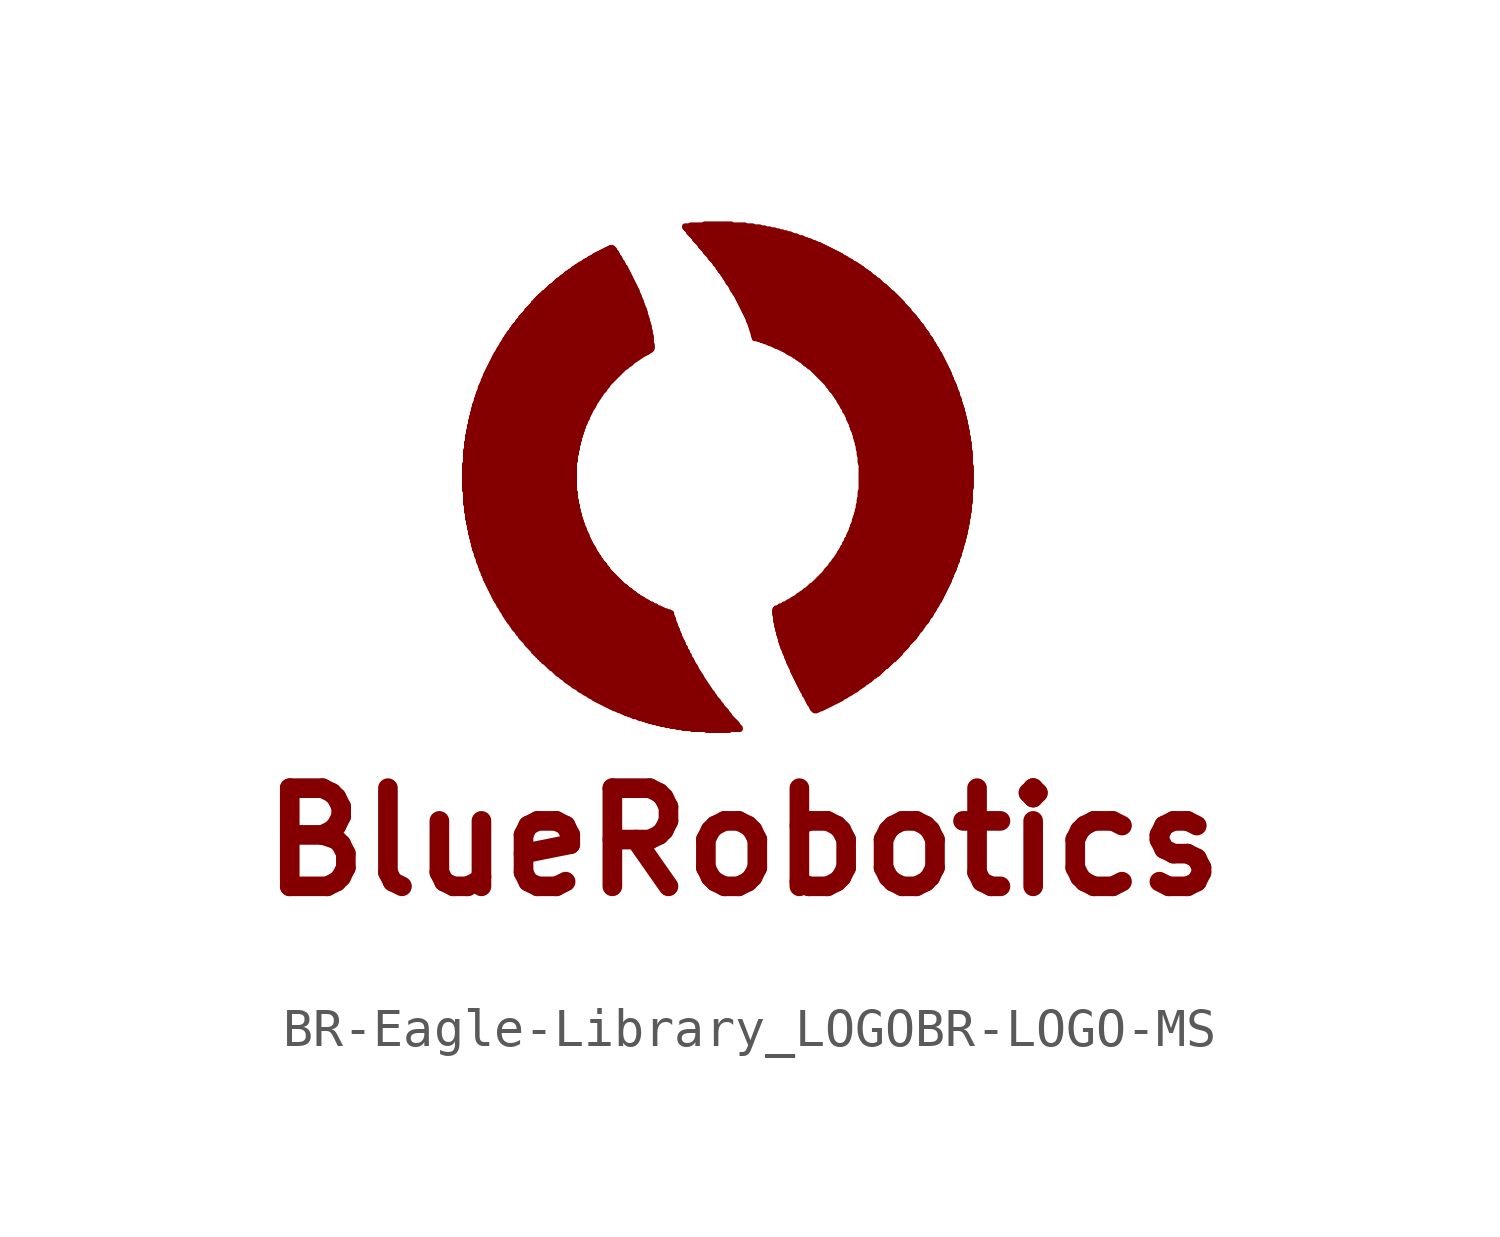
<source format=kicad_sym>
(kicad_symbol_lib
  (version 20231120)
  (generator "kicad_symbol_editor")
  (generator_version "8.0")
  (symbol "BR-Eagle-Library_LOGOBR-LOGO-MS"
    (property "Reference" ""
      (at 0 0 0)
      (effects (font (size 1.27 1.27)) (hide yes)))
    (property "ki_locked" ""
      (at 0 0 0)
      (effects (font (size 1.27 1.27))))
    (symbol "BR-Eagle-Library_LOGOBR-LOGO-MS_1_0"
      (rectangle (start -0.013 6.185) (end 2.807 6.21) (stroke (width 0) (type default)) (fill (type outline)))
      (rectangle (start -0.013 6.21) (end 2.807 6.236) (stroke (width 0) (type default)) (fill (type outline)))
      (rectangle (start -0.013 6.236) (end 2.807 6.261) (stroke (width 0) (type default)) (fill (type outline)))
      (rectangle (start -0.013 6.261) (end 2.807 6.287) (stroke (width 0) (type default)) (fill (type outline)))
      (rectangle (start -0.013 6.287) (end 2.807 6.312) (stroke (width 0) (type default)) (fill (type outline)))
      (rectangle (start -0.013 6.312) (end 2.807 6.337) (stroke (width 0) (type default)) (fill (type outline)))
      (rectangle (start -0.013 6.337) (end 2.807 6.363) (stroke (width 0) (type default)) (fill (type outline)))
      (rectangle (start -0.013 6.363) (end 2.807 6.388) (stroke (width 0) (type default)) (fill (type outline)))
      (rectangle (start -0.013 6.388) (end 2.807 6.413) (stroke (width 0) (type default)) (fill (type outline)))
      (rectangle (start -0.013 6.413) (end 2.807 6.439) (stroke (width 0) (type default)) (fill (type outline)))
      (rectangle (start -0.013 6.439) (end 2.807 6.464) (stroke (width 0) (type default)) (fill (type outline)))
      (rectangle (start -0.013 6.464) (end 2.807 6.49) (stroke (width 0) (type default)) (fill (type outline)))
      (rectangle (start -0.013 6.49) (end 2.807 6.515) (stroke (width 0) (type default)) (fill (type outline)))
      (rectangle (start -0.013 6.515) (end 2.807 6.54) (stroke (width 0) (type default)) (fill (type outline)))
      (rectangle (start -0.013 6.54) (end 2.807 6.566) (stroke (width 0) (type default)) (fill (type outline)))
      (rectangle (start -0.013 6.566) (end 2.807 6.591) (stroke (width 0) (type default)) (fill (type outline)))
      (rectangle (start -0.013 6.591) (end 2.807 6.617) (stroke (width 0) (type default)) (fill (type outline)))
      (rectangle (start -0.013 6.617) (end 2.807 6.642) (stroke (width 0) (type default)) (fill (type outline)))
      (rectangle (start -0.013 6.642) (end 2.807 6.668) (stroke (width 0) (type default)) (fill (type outline)))
      (rectangle (start -0.013 6.668) (end 2.807 6.693) (stroke (width 0) (type default)) (fill (type outline)))
      (rectangle (start -0.013 6.693) (end 2.807 6.718) (stroke (width 0) (type default)) (fill (type outline)))
      (rectangle (start -0.013 6.718) (end 2.807 6.744) (stroke (width 0) (type default)) (fill (type outline)))
      (rectangle (start -0.013 6.744) (end 2.807 6.769) (stroke (width 0) (type default)) (fill (type outline)))
      (rectangle (start -0.013 6.769) (end 2.807 6.795) (stroke (width 0) (type default)) (fill (type outline)))
      (rectangle (start -0.013 6.795) (end 2.807 6.82) (stroke (width 0) (type default)) (fill (type outline)))
      (rectangle (start -0.013 6.82) (end 2.807 6.845) (stroke (width 0) (type default)) (fill (type outline)))
      (rectangle (start -0.013 6.845) (end 2.807 6.871) (stroke (width 0) (type default)) (fill (type outline)))
      (rectangle (start 0.013 5.829) (end 2.857 5.855) (stroke (width 0) (type default)) (fill (type outline)))
      (rectangle (start 0.013 5.855) (end 2.857 5.88) (stroke (width 0) (type default)) (fill (type outline)))
      (rectangle (start 0.013 5.88) (end 2.857 5.905) (stroke (width 0) (type default)) (fill (type outline)))
      (rectangle (start 0.013 5.905) (end 2.857 5.931) (stroke (width 0) (type default)) (fill (type outline)))
      (rectangle (start 0.013 5.931) (end 2.832 5.956) (stroke (width 0) (type default)) (fill (type outline)))
      (rectangle (start 0.013 5.956) (end 2.832 5.982) (stroke (width 0) (type default)) (fill (type outline)))
      (rectangle (start 0.013 5.982) (end 2.832 6.007) (stroke (width 0) (type default)) (fill (type outline)))
      (rectangle (start 0.013 6.007) (end 2.832 6.032) (stroke (width 0) (type default)) (fill (type outline)))
      (rectangle (start 0.013 6.032) (end 2.832 6.058) (stroke (width 0) (type default)) (fill (type outline)))
      (rectangle (start 0.013 6.058) (end 2.832 6.083) (stroke (width 0) (type default)) (fill (type outline)))
      (rectangle (start 0.013 6.083) (end 2.832 6.109) (stroke (width 0) (type default)) (fill (type outline)))
      (rectangle (start 0.013 6.109) (end 2.832 6.134) (stroke (width 0) (type default)) (fill (type outline)))
      (rectangle (start 0.013 6.134) (end 2.807 6.16) (stroke (width 0) (type default)) (fill (type outline)))
      (rectangle (start 0.013 6.16) (end 2.807 6.185) (stroke (width 0) (type default)) (fill (type outline)))
      (rectangle (start 0.013 6.871) (end 2.807 6.896) (stroke (width 0) (type default)) (fill (type outline)))
      (rectangle (start 0.013 6.896) (end 2.807 6.921) (stroke (width 0) (type default)) (fill (type outline)))
      (rectangle (start 0.013 6.921) (end 2.807 6.947) (stroke (width 0) (type default)) (fill (type outline)))
      (rectangle (start 0.013 6.947) (end 2.832 6.972) (stroke (width 0) (type default)) (fill (type outline)))
      (rectangle (start 0.013 6.972) (end 2.832 6.998) (stroke (width 0) (type default)) (fill (type outline)))
      (rectangle (start 0.013 6.998) (end 2.832 7.023) (stroke (width 0) (type default)) (fill (type outline)))
      (rectangle (start 0.013 7.023) (end 2.832 7.048) (stroke (width 0) (type default)) (fill (type outline)))
      (rectangle (start 0.013 7.048) (end 2.832 7.074) (stroke (width 0) (type default)) (fill (type outline)))
      (rectangle (start 0.013 7.074) (end 2.832 7.099) (stroke (width 0) (type default)) (fill (type outline)))
      (rectangle (start 0.013 7.099) (end 2.832 7.125) (stroke (width 0) (type default)) (fill (type outline)))
      (rectangle (start 0.013 7.125) (end 2.857 7.15) (stroke (width 0) (type default)) (fill (type outline)))
      (rectangle (start 0.013 7.15) (end 2.857 7.176) (stroke (width 0) (type default)) (fill (type outline)))
      (rectangle (start 0.013 7.176) (end 2.857 7.201) (stroke (width 0) (type default)) (fill (type outline)))
      (rectangle (start 0.013 7.201) (end 2.857 7.226) (stroke (width 0) (type default)) (fill (type outline)))
      (rectangle (start 0.038 5.626) (end 2.908 5.652) (stroke (width 0) (type default)) (fill (type outline)))
      (rectangle (start 0.038 5.652) (end 2.908 5.677) (stroke (width 0) (type default)) (fill (type outline)))
      (rectangle (start 0.038 5.677) (end 2.883 5.702) (stroke (width 0) (type default)) (fill (type outline)))
      (rectangle (start 0.038 5.702) (end 2.883 5.728) (stroke (width 0) (type default)) (fill (type outline)))
      (rectangle (start 0.038 5.728) (end 2.883 5.753) (stroke (width 0) (type default)) (fill (type outline)))
      (rectangle (start 0.038 5.753) (end 2.883 5.779) (stroke (width 0) (type default)) (fill (type outline)))
      (rectangle (start 0.038 5.779) (end 2.883 5.804) (stroke (width 0) (type default)) (fill (type outline)))
      (rectangle (start 0.038 5.804) (end 2.857 5.829) (stroke (width 0) (type default)) (fill (type outline)))
      (rectangle (start 0.038 7.226) (end 2.857 7.252) (stroke (width 0) (type default)) (fill (type outline)))
      (rectangle (start 0.038 7.252) (end 2.883 7.277) (stroke (width 0) (type default)) (fill (type outline)))
      (rectangle (start 0.038 7.277) (end 2.883 7.303) (stroke (width 0) (type default)) (fill (type outline)))
      (rectangle (start 0.038 7.303) (end 2.883 7.328) (stroke (width 0) (type default)) (fill (type outline)))
      (rectangle (start 0.038 7.328) (end 2.883 7.353) (stroke (width 0) (type default)) (fill (type outline)))
      (rectangle (start 0.038 7.353) (end 2.883 7.379) (stroke (width 0) (type default)) (fill (type outline)))
      (rectangle (start 0.038 7.379) (end 2.908 7.404) (stroke (width 0) (type default)) (fill (type outline)))
      (rectangle (start 0.038 7.404) (end 2.908 7.429) (stroke (width 0) (type default)) (fill (type outline)))
      (rectangle (start 0.064 5.448) (end 2.959 5.474) (stroke (width 0) (type default)) (fill (type outline)))
      (rectangle (start 0.064 5.474) (end 2.934 5.499) (stroke (width 0) (type default)) (fill (type outline)))
      (rectangle (start 0.064 5.499) (end 2.934 5.524) (stroke (width 0) (type default)) (fill (type outline)))
      (rectangle (start 0.064 5.524) (end 2.934 5.55) (stroke (width 0) (type default)) (fill (type outline)))
      (rectangle (start 0.064 5.55) (end 2.934 5.575) (stroke (width 0) (type default)) (fill (type outline)))
      (rectangle (start 0.064 5.575) (end 2.908 5.601) (stroke (width 0) (type default)) (fill (type outline)))
      (rectangle (start 0.064 5.601) (end 2.908 5.626) (stroke (width 0) (type default)) (fill (type outline)))
      (rectangle (start 0.064 7.429) (end 2.908 7.455) (stroke (width 0) (type default)) (fill (type outline)))
      (rectangle (start 0.064 7.455) (end 2.908 7.48) (stroke (width 0) (type default)) (fill (type outline)))
      (rectangle (start 0.064 7.48) (end 2.934 7.506) (stroke (width 0) (type default)) (fill (type outline)))
      (rectangle (start 0.064 7.506) (end 2.934 7.531) (stroke (width 0) (type default)) (fill (type outline)))
      (rectangle (start 0.064 7.531) (end 2.934 7.556) (stroke (width 0) (type default)) (fill (type outline)))
      (rectangle (start 0.064 7.556) (end 2.934 7.582) (stroke (width 0) (type default)) (fill (type outline)))
      (rectangle (start 0.064 7.582) (end 2.959 7.607) (stroke (width 0) (type default)) (fill (type outline)))
      (rectangle (start 0.089 5.321) (end 2.985 5.347) (stroke (width 0) (type default)) (fill (type outline)))
      (rectangle (start 0.089 5.347) (end 2.985 5.372) (stroke (width 0) (type default)) (fill (type outline)))
      (rectangle (start 0.089 5.372) (end 2.985 5.397) (stroke (width 0) (type default)) (fill (type outline)))
      (rectangle (start 0.089 5.397) (end 2.959 5.423) (stroke (width 0) (type default)) (fill (type outline)))
      (rectangle (start 0.089 5.423) (end 2.959 5.448) (stroke (width 0) (type default)) (fill (type outline)))
      (rectangle (start 0.089 7.607) (end 2.959 7.633) (stroke (width 0) (type default)) (fill (type outline)))
      (rectangle (start 0.089 7.633) (end 2.959 7.658) (stroke (width 0) (type default)) (fill (type outline)))
      (rectangle (start 0.089 7.658) (end 2.985 7.684) (stroke (width 0) (type default)) (fill (type outline)))
      (rectangle (start 0.089 7.684) (end 2.985 7.709) (stroke (width 0) (type default)) (fill (type outline)))
      (rectangle (start 0.089 7.709) (end 2.985 7.734) (stroke (width 0) (type default)) (fill (type outline)))
      (rectangle (start 0.114 5.194) (end 3.035 5.22) (stroke (width 0) (type default)) (fill (type outline)))
      (rectangle (start 0.114 5.22) (end 3.035 5.245) (stroke (width 0) (type default)) (fill (type outline)))
      (rectangle (start 0.114 5.245) (end 3.01 5.271) (stroke (width 0) (type default)) (fill (type outline)))
      (rectangle (start 0.114 5.271) (end 3.01 5.296) (stroke (width 0) (type default)) (fill (type outline)))
      (rectangle (start 0.114 5.296) (end 3.01 5.321) (stroke (width 0) (type default)) (fill (type outline)))
      (rectangle (start 0.114 7.734) (end 3.01 7.76) (stroke (width 0) (type default)) (fill (type outline)))
      (rectangle (start 0.114 7.76) (end 3.01 7.785) (stroke (width 0) (type default)) (fill (type outline)))
      (rectangle (start 0.114 7.785) (end 3.01 7.811) (stroke (width 0) (type default)) (fill (type outline)))
      (rectangle (start 0.114 7.811) (end 3.035 7.836) (stroke (width 0) (type default)) (fill (type outline)))
      (rectangle (start 0.114 7.836) (end 3.035 7.861) (stroke (width 0) (type default)) (fill (type outline)))
      (rectangle (start 0.14 5.067) (end 3.086 5.093) (stroke (width 0) (type default)) (fill (type outline)))
      (rectangle (start 0.14 5.093) (end 3.086 5.118) (stroke (width 0) (type default)) (fill (type outline)))
      (rectangle (start 0.14 5.118) (end 3.061 5.144) (stroke (width 0) (type default)) (fill (type outline)))
      (rectangle (start 0.14 5.144) (end 3.061 5.169) (stroke (width 0) (type default)) (fill (type outline)))
      (rectangle (start 0.14 5.169) (end 3.061 5.194) (stroke (width 0) (type default)) (fill (type outline)))
      (rectangle (start 0.14 7.861) (end 3.035 7.887) (stroke (width 0) (type default)) (fill (type outline)))
      (rectangle (start 0.14 7.887) (end 3.061 7.912) (stroke (width 0) (type default)) (fill (type outline)))
      (rectangle (start 0.14 7.912) (end 3.061 7.938) (stroke (width 0) (type default)) (fill (type outline)))
      (rectangle (start 0.14 7.938) (end 3.086 7.963) (stroke (width 0) (type default)) (fill (type outline)))
      (rectangle (start 0.14 7.963) (end 3.086 7.988) (stroke (width 0) (type default)) (fill (type outline)))
      (rectangle (start 0.165 4.966) (end 3.137 4.991) (stroke (width 0) (type default)) (fill (type outline)))
      (rectangle (start 0.165 4.991) (end 3.137 5.016) (stroke (width 0) (type default)) (fill (type outline)))
      (rectangle (start 0.165 5.016) (end 3.111 5.042) (stroke (width 0) (type default)) (fill (type outline)))
      (rectangle (start 0.165 5.042) (end 3.111 5.067) (stroke (width 0) (type default)) (fill (type outline)))
      (rectangle (start 0.165 7.988) (end 3.086 8.014) (stroke (width 0) (type default)) (fill (type outline)))
      (rectangle (start 0.165 8.014) (end 3.111 8.039) (stroke (width 0) (type default)) (fill (type outline)))
      (rectangle (start 0.165 8.039) (end 3.137 8.065) (stroke (width 0) (type default)) (fill (type outline)))
      (rectangle (start 0.165 8.065) (end 3.137 8.09) (stroke (width 0) (type default)) (fill (type outline)))
      (rectangle (start 0.191 4.864) (end 3.188 4.889) (stroke (width 0) (type default)) (fill (type outline)))
      (rectangle (start 0.191 4.889) (end 3.162 4.915) (stroke (width 0) (type default)) (fill (type outline)))
      (rectangle (start 0.191 4.915) (end 3.162 4.94) (stroke (width 0) (type default)) (fill (type outline)))
      (rectangle (start 0.191 4.94) (end 3.137 4.966) (stroke (width 0) (type default)) (fill (type outline)))
      (rectangle (start 0.191 8.09) (end 3.137 8.115) (stroke (width 0) (type default)) (fill (type outline)))
      (rectangle (start 0.191 8.115) (end 3.162 8.141) (stroke (width 0) (type default)) (fill (type outline)))
      (rectangle (start 0.191 8.141) (end 3.162 8.166) (stroke (width 0) (type default)) (fill (type outline)))
      (rectangle (start 0.191 8.166) (end 3.188 8.191) (stroke (width 0) (type default)) (fill (type outline)))
      (rectangle (start 0.216 4.763) (end 3.239 4.788) (stroke (width 0) (type default)) (fill (type outline)))
      (rectangle (start 0.216 4.788) (end 3.213 4.813) (stroke (width 0) (type default)) (fill (type outline)))
      (rectangle (start 0.216 4.813) (end 3.213 4.839) (stroke (width 0) (type default)) (fill (type outline)))
      (rectangle (start 0.216 4.839) (end 3.188 4.864) (stroke (width 0) (type default)) (fill (type outline)))
      (rectangle (start 0.216 8.191) (end 3.188 8.217) (stroke (width 0) (type default)) (fill (type outline)))
      (rectangle (start 0.216 8.217) (end 3.213 8.242) (stroke (width 0) (type default)) (fill (type outline)))
      (rectangle (start 0.216 8.242) (end 3.213 8.268) (stroke (width 0) (type default)) (fill (type outline)))
      (rectangle (start 0.216 8.268) (end 3.239 8.293) (stroke (width 0) (type default)) (fill (type outline)))
      (rectangle (start 0.241 4.661) (end 3.289 4.686) (stroke (width 0) (type default)) (fill (type outline)))
      (rectangle (start 0.241 4.686) (end 3.289 4.712) (stroke (width 0) (type default)) (fill (type outline)))
      (rectangle (start 0.241 4.712) (end 3.264 4.737) (stroke (width 0) (type default)) (fill (type outline)))
      (rectangle (start 0.241 4.737) (end 3.239 4.763) (stroke (width 0) (type default)) (fill (type outline)))
      (rectangle (start 0.241 8.293) (end 3.239 8.319) (stroke (width 0) (type default)) (fill (type outline)))
      (rectangle (start 0.241 8.319) (end 3.264 8.344) (stroke (width 0) (type default)) (fill (type outline)))
      (rectangle (start 0.241 8.344) (end 3.289 8.369) (stroke (width 0) (type default)) (fill (type outline)))
      (rectangle (start 0.241 8.369) (end 3.289 8.395) (stroke (width 0) (type default)) (fill (type outline)))
      (rectangle (start 0.267 4.61) (end 3.315 4.636) (stroke (width 0) (type default)) (fill (type outline)))
      (rectangle (start 0.267 4.636) (end 3.315 4.661) (stroke (width 0) (type default)) (fill (type outline)))
      (rectangle (start 0.267 8.395) (end 3.315 8.42) (stroke (width 0) (type default)) (fill (type outline)))
      (rectangle (start 0.267 8.42) (end 3.315 8.445) (stroke (width 0) (type default)) (fill (type outline)))
      (rectangle (start 0.292 4.508) (end 3.391 4.534) (stroke (width 0) (type default)) (fill (type outline)))
      (rectangle (start 0.292 4.534) (end 3.365 4.559) (stroke (width 0) (type default)) (fill (type outline)))
      (rectangle (start 0.292 4.559) (end 3.34 4.585) (stroke (width 0) (type default)) (fill (type outline)))
      (rectangle (start 0.292 4.585) (end 3.34 4.61) (stroke (width 0) (type default)) (fill (type outline)))
      (rectangle (start 0.292 8.445) (end 3.34 8.471) (stroke (width 0) (type default)) (fill (type outline)))
      (rectangle (start 0.292 8.471) (end 3.34 8.496) (stroke (width 0) (type default)) (fill (type outline)))
      (rectangle (start 0.292 8.496) (end 3.365 8.522) (stroke (width 0) (type default)) (fill (type outline)))
      (rectangle (start 0.292 8.522) (end 3.391 8.547) (stroke (width 0) (type default)) (fill (type outline)))
      (rectangle (start 0.318 4.458) (end 3.416 4.483) (stroke (width 0) (type default)) (fill (type outline)))
      (rectangle (start 0.318 4.483) (end 3.391 4.508) (stroke (width 0) (type default)) (fill (type outline)))
      (rectangle (start 0.318 8.547) (end 3.391 8.572) (stroke (width 0) (type default)) (fill (type outline)))
      (rectangle (start 0.318 8.572) (end 3.416 8.598) (stroke (width 0) (type default)) (fill (type outline)))
      (rectangle (start 0.318 8.598) (end 3.442 8.623) (stroke (width 0) (type default)) (fill (type outline)))
      (rectangle (start 0.343 4.356) (end 3.493 4.381) (stroke (width 0) (type default)) (fill (type outline)))
      (rectangle (start 0.343 4.381) (end 3.467 4.407) (stroke (width 0) (type default)) (fill (type outline)))
      (rectangle (start 0.343 4.407) (end 3.442 4.432) (stroke (width 0) (type default)) (fill (type outline)))
      (rectangle (start 0.343 4.432) (end 3.442 4.458) (stroke (width 0) (type default)) (fill (type outline)))
      (rectangle (start 0.343 8.623) (end 3.442 8.649) (stroke (width 0) (type default)) (fill (type outline)))
      (rectangle (start 0.343 8.649) (end 3.467 8.674) (stroke (width 0) (type default)) (fill (type outline)))
      (rectangle (start 0.343 8.674) (end 3.493 8.7) (stroke (width 0) (type default)) (fill (type outline)))
      (rectangle (start 0.368 4.305) (end 3.518 4.331) (stroke (width 0) (type default)) (fill (type outline)))
      (rectangle (start 0.368 4.331) (end 3.493 4.356) (stroke (width 0) (type default)) (fill (type outline)))
      (rectangle (start 0.368 8.7) (end 3.493 8.725) (stroke (width 0) (type default)) (fill (type outline)))
      (rectangle (start 0.368 8.725) (end 3.518 8.75) (stroke (width 0) (type default)) (fill (type outline)))
      (rectangle (start 0.394 4.229) (end 3.594 4.255) (stroke (width 0) (type default)) (fill (type outline)))
      (rectangle (start 0.394 4.255) (end 3.569 4.28) (stroke (width 0) (type default)) (fill (type outline)))
      (rectangle (start 0.394 4.28) (end 3.543 4.305) (stroke (width 0) (type default)) (fill (type outline)))
      (rectangle (start 0.394 8.75) (end 3.543 8.776) (stroke (width 0) (type default)) (fill (type outline)))
      (rectangle (start 0.394 8.776) (end 3.569 8.801) (stroke (width 0) (type default)) (fill (type outline)))
      (rectangle (start 0.394 8.801) (end 3.594 8.826) (stroke (width 0) (type default)) (fill (type outline)))
      (rectangle (start 0.394 8.826) (end 3.594 8.852) (stroke (width 0) (type default)) (fill (type outline)))
      (rectangle (start 0.419 4.153) (end 3.645 4.178) (stroke (width 0) (type default)) (fill (type outline)))
      (rectangle (start 0.419 4.178) (end 3.619 4.204) (stroke (width 0) (type default)) (fill (type outline)))
      (rectangle (start 0.419 4.204) (end 3.594 4.229) (stroke (width 0) (type default)) (fill (type outline)))
      (rectangle (start 0.419 8.852) (end 3.619 8.877) (stroke (width 0) (type default)) (fill (type outline)))
      (rectangle (start 0.419 8.877) (end 3.645 8.903) (stroke (width 0) (type default)) (fill (type outline)))
      (rectangle (start 0.445 4.102) (end 3.67 4.128) (stroke (width 0) (type default)) (fill (type outline)))
      (rectangle (start 0.445 4.128) (end 3.67 4.153) (stroke (width 0) (type default)) (fill (type outline)))
      (rectangle (start 0.445 8.903) (end 3.67 8.928) (stroke (width 0) (type default)) (fill (type outline)))
      (rectangle (start 0.445 8.928) (end 3.67 8.954) (stroke (width 0) (type default)) (fill (type outline)))
      (rectangle (start 0.47 4.026) (end 3.747 4.051) (stroke (width 0) (type default)) (fill (type outline)))
      (rectangle (start 0.47 4.051) (end 3.721 4.077) (stroke (width 0) (type default)) (fill (type outline)))
      (rectangle (start 0.47 4.077) (end 3.696 4.102) (stroke (width 0) (type default)) (fill (type outline)))
      (rectangle (start 0.47 8.954) (end 3.696 8.979) (stroke (width 0) (type default)) (fill (type outline)))
      (rectangle (start 0.47 8.979) (end 3.721 9.004) (stroke (width 0) (type default)) (fill (type outline)))
      (rectangle (start 0.47 9.004) (end 3.747 9.03) (stroke (width 0) (type default)) (fill (type outline)))
      (rectangle (start 0.495 3.975) (end 3.797 4) (stroke (width 0) (type default)) (fill (type outline)))
      (rectangle (start 0.495 4) (end 3.772 4.026) (stroke (width 0) (type default)) (fill (type outline)))
      (rectangle (start 0.495 9.03) (end 3.772 9.055) (stroke (width 0) (type default)) (fill (type outline)))
      (rectangle (start 0.495 9.055) (end 3.797 9.081) (stroke (width 0) (type default)) (fill (type outline)))
      (rectangle (start 0.521 3.899) (end 3.873 3.924) (stroke (width 0) (type default)) (fill (type outline)))
      (rectangle (start 0.521 3.924) (end 3.848 3.95) (stroke (width 0) (type default)) (fill (type outline)))
      (rectangle (start 0.521 3.95) (end 3.823 3.975) (stroke (width 0) (type default)) (fill (type outline)))
      (rectangle (start 0.521 9.081) (end 3.823 9.106) (stroke (width 0) (type default)) (fill (type outline)))
      (rectangle (start 0.521 9.106) (end 3.848 9.131) (stroke (width 0) (type default)) (fill (type outline)))
      (rectangle (start 0.521 9.131) (end 3.873 9.157) (stroke (width 0) (type default)) (fill (type outline)))
      (rectangle (start 0.546 3.848) (end 3.924 3.873) (stroke (width 0) (type default)) (fill (type outline)))
      (rectangle (start 0.546 3.873) (end 3.899 3.899) (stroke (width 0) (type default)) (fill (type outline)))
      (rectangle (start 0.546 9.157) (end 3.899 9.182) (stroke (width 0) (type default)) (fill (type outline)))
      (rectangle (start 0.546 9.182) (end 3.924 9.207) (stroke (width 0) (type default)) (fill (type outline)))
      (rectangle (start 0.572 3.797) (end 3.975 3.823) (stroke (width 0) (type default)) (fill (type outline)))
      (rectangle (start 0.572 3.823) (end 3.95 3.848) (stroke (width 0) (type default)) (fill (type outline)))
      (rectangle (start 0.572 9.207) (end 3.95 9.233) (stroke (width 0) (type default)) (fill (type outline)))
      (rectangle (start 0.572 9.233) (end 3.975 9.258) (stroke (width 0) (type default)) (fill (type outline)))
      (rectangle (start 0.597 3.747) (end 4.026 3.772) (stroke (width 0) (type default)) (fill (type outline)))
      (rectangle (start 0.597 3.772) (end 4 3.797) (stroke (width 0) (type default)) (fill (type outline)))
      (rectangle (start 0.597 9.258) (end 4 9.284) (stroke (width 0) (type default)) (fill (type outline)))
      (rectangle (start 0.597 9.284) (end 4.026 9.309) (stroke (width 0) (type default)) (fill (type outline)))
      (rectangle (start 0.622 3.696) (end 4.077 3.721) (stroke (width 0) (type default)) (fill (type outline)))
      (rectangle (start 0.622 3.721) (end 4.051 3.747) (stroke (width 0) (type default)) (fill (type outline)))
      (rectangle (start 0.622 9.309) (end 4.051 9.335) (stroke (width 0) (type default)) (fill (type outline)))
      (rectangle (start 0.622 9.335) (end 4.077 9.36) (stroke (width 0) (type default)) (fill (type outline)))
      (rectangle (start 0.648 3.645) (end 4.153 3.67) (stroke (width 0) (type default)) (fill (type outline)))
      (rectangle (start 0.648 3.67) (end 4.128 3.696) (stroke (width 0) (type default)) (fill (type outline)))
      (rectangle (start 0.648 9.36) (end 4.102 9.385) (stroke (width 0) (type default)) (fill (type outline)))
      (rectangle (start 0.648 9.385) (end 4.153 9.411) (stroke (width 0) (type default)) (fill (type outline)))
      (rectangle (start 0.673 3.594) (end 4.204 3.619) (stroke (width 0) (type default)) (fill (type outline)))
      (rectangle (start 0.673 3.619) (end 4.178 3.645) (stroke (width 0) (type default)) (fill (type outline)))
      (rectangle (start 0.673 9.411) (end 4.178 9.436) (stroke (width 0) (type default)) (fill (type outline)))
      (rectangle (start 0.673 9.436) (end 4.204 9.461) (stroke (width 0) (type default)) (fill (type outline)))
      (rectangle (start 0.699 3.543) (end 4.28 3.569) (stroke (width 0) (type default)) (fill (type outline)))
      (rectangle (start 0.699 3.569) (end 4.255 3.594) (stroke (width 0) (type default)) (fill (type outline)))
      (rectangle (start 0.699 9.461) (end 4.255 9.487) (stroke (width 0) (type default)) (fill (type outline)))
      (rectangle (start 0.699 9.487) (end 4.28 9.512) (stroke (width 0) (type default)) (fill (type outline)))
      (rectangle (start 0.724 3.493) (end 4.356 3.518) (stroke (width 0) (type default)) (fill (type outline)))
      (rectangle (start 0.724 3.518) (end 4.305 3.543) (stroke (width 0) (type default)) (fill (type outline)))
      (rectangle (start 0.724 9.512) (end 4.305 9.538) (stroke (width 0) (type default)) (fill (type outline)))
      (rectangle (start 0.724 9.538) (end 4.331 9.563) (stroke (width 0) (type default)) (fill (type outline)))
      (rectangle (start 0.749 3.442) (end 4.407 3.467) (stroke (width 0) (type default)) (fill (type outline)))
      (rectangle (start 0.749 3.467) (end 4.381 3.493) (stroke (width 0) (type default)) (fill (type outline)))
      (rectangle (start 0.749 9.563) (end 4.381 9.588) (stroke (width 0) (type default)) (fill (type outline)))
      (rectangle (start 0.749 9.588) (end 4.407 9.614) (stroke (width 0) (type default)) (fill (type outline)))
      (rectangle (start 0.775 3.391) (end 4.483 3.416) (stroke (width 0) (type default)) (fill (type outline)))
      (rectangle (start 0.775 3.416) (end 4.458 3.442) (stroke (width 0) (type default)) (fill (type outline)))
      (rectangle (start 0.775 9.614) (end 4.458 9.639) (stroke (width 0) (type default)) (fill (type outline)))
      (rectangle (start 0.775 9.639) (end 4.483 9.665) (stroke (width 0) (type default)) (fill (type outline)))
      (rectangle (start 0.8 3.34) (end 4.585 3.365) (stroke (width 0) (type default)) (fill (type outline)))
      (rectangle (start 0.8 3.365) (end 4.534 3.391) (stroke (width 0) (type default)) (fill (type outline)))
      (rectangle (start 0.8 9.665) (end 4.534 9.69) (stroke (width 0) (type default)) (fill (type outline)))
      (rectangle (start 0.8 9.69) (end 4.559 9.716) (stroke (width 0) (type default)) (fill (type outline)))
      (rectangle (start 0.826 3.315) (end 4.61 3.34) (stroke (width 0) (type default)) (fill (type outline)))
      (rectangle (start 0.826 9.716) (end 4.61 9.741) (stroke (width 0) (type default)) (fill (type outline)))
      (rectangle (start 0.851 3.264) (end 4.712 3.289) (stroke (width 0) (type default)) (fill (type outline)))
      (rectangle (start 0.851 3.289) (end 4.661 3.315) (stroke (width 0) (type default)) (fill (type outline)))
      (rectangle (start 0.851 9.741) (end 4.661 9.766) (stroke (width 0) (type default)) (fill (type outline)))
      (rectangle (start 0.851 9.766) (end 4.712 9.792) (stroke (width 0) (type default)) (fill (type outline)))
      (rectangle (start 0.876 3.213) (end 4.813 3.239) (stroke (width 0) (type default)) (fill (type outline)))
      (rectangle (start 0.876 3.239) (end 4.737 3.264) (stroke (width 0) (type default)) (fill (type outline)))
      (rectangle (start 0.876 9.792) (end 4.737 9.817) (stroke (width 0) (type default)) (fill (type outline)))
      (rectangle (start 0.876 9.817) (end 4.788 9.842) (stroke (width 0) (type default)) (fill (type outline)))
      (rectangle (start 0.902 3.188) (end 4.839 3.213) (stroke (width 0) (type default)) (fill (type outline)))
      (rectangle (start 0.902 9.842) (end 4.813 9.868) (stroke (width 0) (type default)) (fill (type outline)))
      (rectangle (start 0.927 3.137) (end 4.94 3.162) (stroke (width 0) (type default)) (fill (type outline)))
      (rectangle (start 0.927 3.162) (end 4.915 3.188) (stroke (width 0) (type default)) (fill (type outline)))
      (rectangle (start 0.927 9.868) (end 4.813 9.893) (stroke (width 0) (type default)) (fill (type outline)))
      (rectangle (start 0.927 9.893) (end 4.813 9.919) (stroke (width 0) (type default)) (fill (type outline)))
      (rectangle (start 0.953 3.086) (end 5.067 3.111) (stroke (width 0) (type default)) (fill (type outline)))
      (rectangle (start 0.953 3.111) (end 5.016 3.137) (stroke (width 0) (type default)) (fill (type outline)))
      (rectangle (start 0.953 9.919) (end 4.813 9.944) (stroke (width 0) (type default)) (fill (type outline)))
      (rectangle (start 0.953 9.944) (end 4.813 9.97) (stroke (width 0) (type default)) (fill (type outline)))
      (rectangle (start 0.978 3.061) (end 5.118 3.086) (stroke (width 0) (type default)) (fill (type outline)))
      (rectangle (start 0.978 9.97) (end 4.788 9.995) (stroke (width 0) (type default)) (fill (type outline)))
      (rectangle (start 1.003 3.01) (end 5.271 3.035) (stroke (width 0) (type default)) (fill (type outline)))
      (rectangle (start 1.003 3.035) (end 5.194 3.061) (stroke (width 0) (type default)) (fill (type outline)))
      (rectangle (start 1.003 9.995) (end 4.788 10.02) (stroke (width 0) (type default)) (fill (type outline)))
      (rectangle (start 1.003 10.02) (end 4.788 10.046) (stroke (width 0) (type default)) (fill (type outline)))
      (rectangle (start 1.029 2.959) (end 5.321 2.985) (stroke (width 0) (type default)) (fill (type outline)))
      (rectangle (start 1.029 2.985) (end 5.321 3.01) (stroke (width 0) (type default)) (fill (type outline)))
      (rectangle (start 1.029 10.046) (end 4.788 10.071) (stroke (width 0) (type default)) (fill (type outline)))
      (rectangle (start 1.029 10.071) (end 4.788 10.097) (stroke (width 0) (type default)) (fill (type outline)))
      (rectangle (start 1.054 2.934) (end 5.321 2.959) (stroke (width 0) (type default)) (fill (type outline)))
      (rectangle (start 1.054 10.097) (end 4.788 10.122) (stroke (width 0) (type default)) (fill (type outline)))
      (rectangle (start 1.079 2.883) (end 5.347 2.908) (stroke (width 0) (type default)) (fill (type outline)))
      (rectangle (start 1.079 2.908) (end 5.321 2.934) (stroke (width 0) (type default)) (fill (type outline)))
      (rectangle (start 1.079 10.122) (end 4.788 10.147) (stroke (width 0) (type default)) (fill (type outline)))
      (rectangle (start 1.079 10.147) (end 4.788 10.173) (stroke (width 0) (type default)) (fill (type outline)))
      (rectangle (start 1.105 2.857) (end 5.347 2.883) (stroke (width 0) (type default)) (fill (type outline)))
      (rectangle (start 1.105 10.173) (end 4.788 10.198) (stroke (width 0) (type default)) (fill (type outline)))
      (rectangle (start 1.13 2.807) (end 5.372 2.832) (stroke (width 0) (type default)) (fill (type outline)))
      (rectangle (start 1.13 2.832) (end 5.372 2.857) (stroke (width 0) (type default)) (fill (type outline)))
      (rectangle (start 1.13 10.198) (end 4.763 10.223) (stroke (width 0) (type default)) (fill (type outline)))
      (rectangle (start 1.13 10.223) (end 4.763 10.249) (stroke (width 0) (type default)) (fill (type outline)))
      (rectangle (start 1.156 2.781) (end 5.372 2.807) (stroke (width 0) (type default)) (fill (type outline)))
      (rectangle (start 1.156 10.249) (end 4.763 10.274) (stroke (width 0) (type default)) (fill (type outline)))
      (rectangle (start 1.181 2.756) (end 5.372 2.781) (stroke (width 0) (type default)) (fill (type outline)))
      (rectangle (start 1.181 10.274) (end 4.763 10.3) (stroke (width 0) (type default)) (fill (type outline)))
      (rectangle (start 1.206 2.705) (end 5.397 2.731) (stroke (width 0) (type default)) (fill (type outline)))
      (rectangle (start 1.206 2.731) (end 5.397 2.756) (stroke (width 0) (type default)) (fill (type outline)))
      (rectangle (start 1.206 10.3) (end 4.763 10.325) (stroke (width 0) (type default)) (fill (type outline)))
      (rectangle (start 1.206 10.325) (end 4.737 10.351) (stroke (width 0) (type default)) (fill (type outline)))
      (rectangle (start 1.232 2.68) (end 5.423 2.705) (stroke (width 0) (type default)) (fill (type outline)))
      (rectangle (start 1.232 10.351) (end 4.737 10.376) (stroke (width 0) (type default)) (fill (type outline)))
      (rectangle (start 1.257 2.629) (end 5.423 2.654) (stroke (width 0) (type default)) (fill (type outline)))
      (rectangle (start 1.257 2.654) (end 5.423 2.68) (stroke (width 0) (type default)) (fill (type outline)))
      (rectangle (start 1.257 10.376) (end 4.737 10.401) (stroke (width 0) (type default)) (fill (type outline)))
      (rectangle (start 1.257 10.401) (end 4.737 10.427) (stroke (width 0) (type default)) (fill (type outline)))
      (rectangle (start 1.283 2.603) (end 5.448 2.629) (stroke (width 0) (type default)) (fill (type outline)))
      (rectangle (start 1.283 10.427) (end 4.737 10.452) (stroke (width 0) (type default)) (fill (type outline)))
      (rectangle (start 1.308 2.578) (end 5.448 2.603) (stroke (width 0) (type default)) (fill (type outline)))
      (rectangle (start 1.308 10.452) (end 4.712 10.477) (stroke (width 0) (type default)) (fill (type outline)))
      (rectangle (start 1.333 2.553) (end 5.474 2.578) (stroke (width 0) (type default)) (fill (type outline)))
      (rectangle (start 1.333 10.477) (end 4.712 10.503) (stroke (width 0) (type default)) (fill (type outline)))
      (rectangle (start 1.359 2.502) (end 5.474 2.527) (stroke (width 0) (type default)) (fill (type outline)))
      (rectangle (start 1.359 2.527) (end 5.474 2.553) (stroke (width 0) (type default)) (fill (type outline)))
      (rectangle (start 1.359 10.503) (end 4.712 10.528) (stroke (width 0) (type default)) (fill (type outline)))
      (rectangle (start 1.359 10.528) (end 4.686 10.554) (stroke (width 0) (type default)) (fill (type outline)))
      (rectangle (start 1.384 2.477) (end 5.499 2.502) (stroke (width 0) (type default)) (fill (type outline)))
      (rectangle (start 1.384 10.554) (end 4.686 10.579) (stroke (width 0) (type default)) (fill (type outline)))
      (rectangle (start 1.41 2.451) (end 5.499 2.477) (stroke (width 0) (type default)) (fill (type outline)))
      (rectangle (start 1.41 10.579) (end 4.686 10.604) (stroke (width 0) (type default)) (fill (type outline)))
      (rectangle (start 1.435 2.4) (end 5.524 2.426) (stroke (width 0) (type default)) (fill (type outline)))
      (rectangle (start 1.435 2.426) (end 5.524 2.451) (stroke (width 0) (type default)) (fill (type outline)))
      (rectangle (start 1.435 10.604) (end 4.686 10.63) (stroke (width 0) (type default)) (fill (type outline)))
      (rectangle (start 1.435 10.63) (end 4.661 10.655) (stroke (width 0) (type default)) (fill (type outline)))
      (rectangle (start 1.46 2.375) (end 5.524 2.4) (stroke (width 0) (type default)) (fill (type outline)))
      (rectangle (start 1.46 10.655) (end 4.661 10.681) (stroke (width 0) (type default)) (fill (type outline)))
      (rectangle (start 1.486 2.349) (end 5.55 2.375) (stroke (width 0) (type default)) (fill (type outline)))
      (rectangle (start 1.486 10.681) (end 4.661 10.706) (stroke (width 0) (type default)) (fill (type outline)))
      (rectangle (start 1.511 2.324) (end 5.55 2.349) (stroke (width 0) (type default)) (fill (type outline)))
      (rectangle (start 1.511 10.706) (end 4.636 10.732) (stroke (width 0) (type default)) (fill (type outline)))
      (rectangle (start 1.537 2.299) (end 5.575 2.324) (stroke (width 0) (type default)) (fill (type outline)))
      (rectangle (start 1.537 10.732) (end 4.636 10.757) (stroke (width 0) (type default)) (fill (type outline)))
      (rectangle (start 1.562 2.273) (end 5.575 2.299) (stroke (width 0) (type default)) (fill (type outline)))
      (rectangle (start 1.562 10.757) (end 4.636 10.782) (stroke (width 0) (type default)) (fill (type outline)))
      (rectangle (start 1.587 2.223) (end 5.601 2.248) (stroke (width 0) (type default)) (fill (type outline)))
      (rectangle (start 1.587 2.248) (end 5.601 2.273) (stroke (width 0) (type default)) (fill (type outline)))
      (rectangle (start 1.587 10.782) (end 4.636 10.808) (stroke (width 0) (type default)) (fill (type outline)))
      (rectangle (start 1.587 10.808) (end 4.61 10.833) (stroke (width 0) (type default)) (fill (type outline)))
      (rectangle (start 1.613 2.197) (end 5.626 2.223) (stroke (width 0) (type default)) (fill (type outline)))
      (rectangle (start 1.613 10.833) (end 4.61 10.858) (stroke (width 0) (type default)) (fill (type outline)))
      (rectangle (start 1.638 2.172) (end 5.626 2.197) (stroke (width 0) (type default)) (fill (type outline)))
      (rectangle (start 1.638 10.858) (end 4.61 10.884) (stroke (width 0) (type default)) (fill (type outline)))
      (rectangle (start 1.664 2.146) (end 5.626 2.172) (stroke (width 0) (type default)) (fill (type outline)))
      (rectangle (start 1.664 10.884) (end 4.585 10.909) (stroke (width 0) (type default)) (fill (type outline)))
      (rectangle (start 1.689 2.121) (end 5.652 2.146) (stroke (width 0) (type default)) (fill (type outline)))
      (rectangle (start 1.689 10.909) (end 4.585 10.935) (stroke (width 0) (type default)) (fill (type outline)))
      (rectangle (start 1.714 2.095) (end 5.677 2.121) (stroke (width 0) (type default)) (fill (type outline)))
      (rectangle (start 1.714 10.935) (end 4.559 10.96) (stroke (width 0) (type default)) (fill (type outline)))
      (rectangle (start 1.74 2.07) (end 5.677 2.095) (stroke (width 0) (type default)) (fill (type outline)))
      (rectangle (start 1.74 10.96) (end 4.559 10.986) (stroke (width 0) (type default)) (fill (type outline)))
      (rectangle (start 1.765 2.019) (end 5.702 2.045) (stroke (width 0) (type default)) (fill (type outline)))
      (rectangle (start 1.765 2.045) (end 5.677 2.07) (stroke (width 0) (type default)) (fill (type outline)))
      (rectangle (start 1.765 10.986) (end 4.559 11.011) (stroke (width 0) (type default)) (fill (type outline)))
      (rectangle (start 1.765 11.011) (end 4.534 11.036) (stroke (width 0) (type default)) (fill (type outline)))
      (rectangle (start 1.816 1.968) (end 5.728 1.994) (stroke (width 0) (type default)) (fill (type outline)))
      (rectangle (start 1.816 1.994) (end 5.728 2.019) (stroke (width 0) (type default)) (fill (type outline)))
      (rectangle (start 1.816 11.036) (end 4.534 11.062) (stroke (width 0) (type default)) (fill (type outline)))
      (rectangle (start 1.816 11.062) (end 4.534 11.087) (stroke (width 0) (type default)) (fill (type outline)))
      (rectangle (start 1.841 11.087) (end 4.508 11.113) (stroke (width 0) (type default)) (fill (type outline)))
      (rectangle (start 1.867 1.918) (end 5.753 1.943) (stroke (width 0) (type default)) (fill (type outline)))
      (rectangle (start 1.867 1.943) (end 5.728 1.968) (stroke (width 0) (type default)) (fill (type outline)))
      (rectangle (start 1.867 11.113) (end 4.508 11.138) (stroke (width 0) (type default)) (fill (type outline)))
      (rectangle (start 1.892 11.138) (end 4.483 11.163) (stroke (width 0) (type default)) (fill (type outline)))
      (rectangle (start 1.918 1.867) (end 5.779 1.892) (stroke (width 0) (type default)) (fill (type outline)))
      (rectangle (start 1.918 1.892) (end 5.779 1.918) (stroke (width 0) (type default)) (fill (type outline)))
      (rectangle (start 1.918 11.163) (end 4.483 11.189) (stroke (width 0) (type default)) (fill (type outline)))
      (rectangle (start 1.943 11.189) (end 4.483 11.214) (stroke (width 0) (type default)) (fill (type outline)))
      (rectangle (start 1.968 1.816) (end 5.804 1.841) (stroke (width 0) (type default)) (fill (type outline)))
      (rectangle (start 1.968 1.841) (end 5.779 1.867) (stroke (width 0) (type default)) (fill (type outline)))
      (rectangle (start 1.968 11.214) (end 4.458 11.239) (stroke (width 0) (type default)) (fill (type outline)))
      (rectangle (start 2.019 1.765) (end 5.829 1.791) (stroke (width 0) (type default)) (fill (type outline)))
      (rectangle (start 2.019 1.791) (end 5.829 1.816) (stroke (width 0) (type default)) (fill (type outline)))
      (rectangle (start 2.019 11.239) (end 4.458 11.265) (stroke (width 0) (type default)) (fill (type outline)))
      (rectangle (start 2.019 11.265) (end 4.432 11.29) (stroke (width 0) (type default)) (fill (type outline)))
      (rectangle (start 2.07 1.74) (end 5.855 1.765) (stroke (width 0) (type default)) (fill (type outline)))
      (rectangle (start 2.07 11.29) (end 4.432 11.316) (stroke (width 0) (type default)) (fill (type outline)))
      (rectangle (start 2.095 1.714) (end 5.855 1.74) (stroke (width 0) (type default)) (fill (type outline)))
      (rectangle (start 2.095 11.316) (end 4.432 11.341) (stroke (width 0) (type default)) (fill (type outline)))
      (rectangle (start 2.121 1.689) (end 5.88 1.714) (stroke (width 0) (type default)) (fill (type outline)))
      (rectangle (start 2.121 11.341) (end 4.407 11.367) (stroke (width 0) (type default)) (fill (type outline)))
      (rectangle (start 2.146 1.664) (end 5.88 1.689) (stroke (width 0) (type default)) (fill (type outline)))
      (rectangle (start 2.146 11.367) (end 4.407 11.392) (stroke (width 0) (type default)) (fill (type outline)))
      (rectangle (start 2.172 1.638) (end 5.905 1.664) (stroke (width 0) (type default)) (fill (type outline)))
      (rectangle (start 2.172 11.392) (end 4.381 11.417) (stroke (width 0) (type default)) (fill (type outline)))
      (rectangle (start 2.197 1.613) (end 5.931 1.638) (stroke (width 0) (type default)) (fill (type outline)))
      (rectangle (start 2.197 11.417) (end 4.381 11.443) (stroke (width 0) (type default)) (fill (type outline)))
      (rectangle (start 2.223 1.587) (end 5.931 1.613) (stroke (width 0) (type default)) (fill (type outline)))
      (rectangle (start 2.223 11.443) (end 4.356 11.468) (stroke (width 0) (type default)) (fill (type outline)))
      (rectangle (start 2.273 1.562) (end 5.956 1.587) (stroke (width 0) (type default)) (fill (type outline)))
      (rectangle (start 2.273 11.468) (end 4.356 11.493) (stroke (width 0) (type default)) (fill (type outline)))
      (rectangle (start 2.299 1.537) (end 5.956 1.562) (stroke (width 0) (type default)) (fill (type outline)))
      (rectangle (start 2.299 11.493) (end 4.331 11.519) (stroke (width 0) (type default)) (fill (type outline)))
      (rectangle (start 2.324 1.511) (end 5.982 1.537) (stroke (width 0) (type default)) (fill (type outline)))
      (rectangle (start 2.324 11.519) (end 4.331 11.544) (stroke (width 0) (type default)) (fill (type outline)))
      (rectangle (start 2.349 1.486) (end 5.982 1.511) (stroke (width 0) (type default)) (fill (type outline)))
      (rectangle (start 2.349 11.544) (end 4.305 11.57) (stroke (width 0) (type default)) (fill (type outline)))
      (rectangle (start 2.375 1.46) (end 6.007 1.486) (stroke (width 0) (type default)) (fill (type outline)))
      (rectangle (start 2.375 11.57) (end 4.305 11.595) (stroke (width 0) (type default)) (fill (type outline)))
      (rectangle (start 2.4 1.435) (end 6.032 1.46) (stroke (width 0) (type default)) (fill (type outline)))
      (rectangle (start 2.4 11.595) (end 4.28 11.62) (stroke (width 0) (type default)) (fill (type outline)))
      (rectangle (start 2.451 1.41) (end 6.032 1.435) (stroke (width 0) (type default)) (fill (type outline)))
      (rectangle (start 2.451 11.62) (end 4.28 11.646) (stroke (width 0) (type default)) (fill (type outline)))
      (rectangle (start 2.477 1.384) (end 6.058 1.41) (stroke (width 0) (type default)) (fill (type outline)))
      (rectangle (start 2.477 11.646) (end 4.255 11.671) (stroke (width 0) (type default)) (fill (type outline)))
      (rectangle (start 2.502 1.359) (end 6.083 1.384) (stroke (width 0) (type default)) (fill (type outline)))
      (rectangle (start 2.502 11.671) (end 4.255 11.697) (stroke (width 0) (type default)) (fill (type outline)))
      (rectangle (start 2.553 1.333) (end 6.083 1.359) (stroke (width 0) (type default)) (fill (type outline)))
      (rectangle (start 2.553 11.697) (end 4.229 11.722) (stroke (width 0) (type default)) (fill (type outline)))
      (rectangle (start 2.578 1.308) (end 6.109 1.333) (stroke (width 0) (type default)) (fill (type outline)))
      (rectangle (start 2.578 11.722) (end 4.229 11.748) (stroke (width 0) (type default)) (fill (type outline)))
      (rectangle (start 2.603 1.283) (end 6.109 1.308) (stroke (width 0) (type default)) (fill (type outline)))
      (rectangle (start 2.603 11.748) (end 4.204 11.773) (stroke (width 0) (type default)) (fill (type outline)))
      (rectangle (start 2.629 1.257) (end 6.134 1.283) (stroke (width 0) (type default)) (fill (type outline)))
      (rectangle (start 2.629 11.773) (end 4.204 11.798) (stroke (width 0) (type default)) (fill (type outline)))
      (rectangle (start 2.68 1.232) (end 6.16 1.257) (stroke (width 0) (type default)) (fill (type outline)))
      (rectangle (start 2.68 11.798) (end 4.178 11.824) (stroke (width 0) (type default)) (fill (type outline)))
      (rectangle (start 2.705 1.206) (end 6.16 1.232) (stroke (width 0) (type default)) (fill (type outline)))
      (rectangle (start 2.705 11.824) (end 4.178 11.849) (stroke (width 0) (type default)) (fill (type outline)))
      (rectangle (start 2.756 1.181) (end 6.185 1.206) (stroke (width 0) (type default)) (fill (type outline)))
      (rectangle (start 2.756 11.849) (end 4.153 11.874) (stroke (width 0) (type default)) (fill (type outline)))
      (rectangle (start 2.781 1.156) (end 6.21 1.181) (stroke (width 0) (type default)) (fill (type outline)))
      (rectangle (start 2.781 11.874) (end 4.153 11.9) (stroke (width 0) (type default)) (fill (type outline)))
      (rectangle (start 2.807 1.13) (end 6.21 1.156) (stroke (width 0) (type default)) (fill (type outline)))
      (rectangle (start 2.807 11.9) (end 4.128 11.925) (stroke (width 0) (type default)) (fill (type outline)))
      (rectangle (start 2.857 1.105) (end 6.236 1.13) (stroke (width 0) (type default)) (fill (type outline)))
      (rectangle (start 2.857 11.925) (end 4.128 11.951) (stroke (width 0) (type default)) (fill (type outline)))
      (rectangle (start 2.883 11.951) (end 4.102 11.976) (stroke (width 0) (type default)) (fill (type outline)))
      (rectangle (start 2.908 1.079) (end 6.261 1.105) (stroke (width 0) (type default)) (fill (type outline)))
      (rectangle (start 2.934 1.054) (end 6.261 1.079) (stroke (width 0) (type default)) (fill (type outline)))
      (rectangle (start 2.934 11.976) (end 4.077 12.002) (stroke (width 0) (type default)) (fill (type outline)))
      (rectangle (start 2.959 1.029) (end 6.287 1.054) (stroke (width 0) (type default)) (fill (type outline)))
      (rectangle (start 2.959 12.002) (end 4.077 12.027) (stroke (width 0) (type default)) (fill (type outline)))
      (rectangle (start 3.01 1.003) (end 6.312 1.029) (stroke (width 0) (type default)) (fill (type outline)))
      (rectangle (start 3.01 12.027) (end 4.051 12.052) (stroke (width 0) (type default)) (fill (type outline)))
      (rectangle (start 3.061 0.978) (end 6.312 1.003) (stroke (width 0) (type default)) (fill (type outline)))
      (rectangle (start 3.061 12.052) (end 4.051 12.078) (stroke (width 0) (type default)) (fill (type outline)))
      (rectangle (start 3.086 0.953) (end 6.337 0.978) (stroke (width 0) (type default)) (fill (type outline)))
      (rectangle (start 3.086 12.078) (end 4.026 12.103) (stroke (width 0) (type default)) (fill (type outline)))
      (rectangle (start 3.137 0.927) (end 6.363 0.953) (stroke (width 0) (type default)) (fill (type outline)))
      (rectangle (start 3.137 12.103) (end 4 12.129) (stroke (width 0) (type default)) (fill (type outline)))
      (rectangle (start 3.188 0.902) (end 6.388 0.927) (stroke (width 0) (type default)) (fill (type outline)))
      (rectangle (start 3.188 12.129) (end 4 12.154) (stroke (width 0) (type default)) (fill (type outline)))
      (rectangle (start 3.213 0.876) (end 6.388 0.902) (stroke (width 0) (type default)) (fill (type outline)))
      (rectangle (start 3.213 12.154) (end 3.975 12.179) (stroke (width 0) (type default)) (fill (type outline)))
      (rectangle (start 3.264 0.851) (end 6.413 0.876) (stroke (width 0) (type default)) (fill (type outline)))
      (rectangle (start 3.264 12.179) (end 3.975 12.205) (stroke (width 0) (type default)) (fill (type outline)))
      (rectangle (start 3.315 0.826) (end 6.439 0.851) (stroke (width 0) (type default)) (fill (type outline)))
      (rectangle (start 3.315 12.205) (end 3.95 12.23) (stroke (width 0) (type default)) (fill (type outline)))
      (rectangle (start 3.34 0.8) (end 6.439 0.826) (stroke (width 0) (type default)) (fill (type outline)))
      (rectangle (start 3.34 12.23) (end 3.924 12.255) (stroke (width 0) (type default)) (fill (type outline)))
      (rectangle (start 3.391 0.775) (end 6.464 0.8) (stroke (width 0) (type default)) (fill (type outline)))
      (rectangle (start 3.391 12.255) (end 3.924 12.281) (stroke (width 0) (type default)) (fill (type outline)))
      (rectangle (start 3.442 0.749) (end 6.49 0.775) (stroke (width 0) (type default)) (fill (type outline)))
      (rectangle (start 3.442 12.281) (end 3.899 12.306) (stroke (width 0) (type default)) (fill (type outline)))
      (rectangle (start 3.493 0.724) (end 6.515 0.749) (stroke (width 0) (type default)) (fill (type outline)))
      (rectangle (start 3.493 12.306) (end 3.899 12.332) (stroke (width 0) (type default)) (fill (type outline)))
      (rectangle (start 3.543 0.699) (end 6.54 0.724) (stroke (width 0) (type default)) (fill (type outline)))
      (rectangle (start 3.543 12.332) (end 3.873 12.357) (stroke (width 0) (type default)) (fill (type outline)))
      (rectangle (start 3.594 0.673) (end 6.54 0.699) (stroke (width 0) (type default)) (fill (type outline)))
      (rectangle (start 3.594 12.357) (end 3.848 12.383) (stroke (width 0) (type default)) (fill (type outline)))
      (rectangle (start 3.645 0.648) (end 6.566 0.673) (stroke (width 0) (type default)) (fill (type outline)))
      (rectangle (start 3.645 12.383) (end 3.848 12.408) (stroke (width 0) (type default)) (fill (type outline)))
      (rectangle (start 3.696 0.622) (end 6.591 0.648) (stroke (width 0) (type default)) (fill (type outline)))
      (rectangle (start 3.696 12.408) (end 3.823 12.433) (stroke (width 0) (type default)) (fill (type outline)))
      (rectangle (start 3.747 0.597) (end 6.617 0.622) (stroke (width 0) (type default)) (fill (type outline)))
      (rectangle (start 3.747 12.433) (end 3.797 12.459) (stroke (width 0) (type default)) (fill (type outline)))
      (rectangle (start 3.797 0.572) (end 6.617 0.597) (stroke (width 0) (type default)) (fill (type outline)))
      (rectangle (start 3.848 0.546) (end 6.642 0.572) (stroke (width 0) (type default)) (fill (type outline)))
      (rectangle (start 3.924 0.521) (end 6.668 0.546) (stroke (width 0) (type default)) (fill (type outline)))
      (rectangle (start 3.975 0.495) (end 6.693 0.521) (stroke (width 0) (type default)) (fill (type outline)))
      (rectangle (start 4.051 0.47) (end 6.718 0.495) (stroke (width 0) (type default)) (fill (type outline)))
      (rectangle (start 4.102 0.445) (end 6.744 0.47) (stroke (width 0) (type default)) (fill (type outline)))
      (rectangle (start 4.153 0.419) (end 6.744 0.445) (stroke (width 0) (type default)) (fill (type outline)))
      (rectangle (start 4.229 0.394) (end 6.769 0.419) (stroke (width 0) (type default)) (fill (type outline)))
      (rectangle (start 4.305 0.368) (end 6.795 0.394) (stroke (width 0) (type default)) (fill (type outline)))
      (rectangle (start 4.356 0.343) (end 6.82 0.368) (stroke (width 0) (type default)) (fill (type outline)))
      (rectangle (start 4.458 0.318) (end 6.82 0.343) (stroke (width 0) (type default)) (fill (type outline)))
      (rectangle (start 4.508 0.292) (end 6.845 0.318) (stroke (width 0) (type default)) (fill (type outline)))
      (rectangle (start 4.61 0.267) (end 6.871 0.292) (stroke (width 0) (type default)) (fill (type outline)))
      (rectangle (start 4.686 0.241) (end 6.896 0.267) (stroke (width 0) (type default)) (fill (type outline)))
      (rectangle (start 4.763 0.216) (end 6.921 0.241) (stroke (width 0) (type default)) (fill (type outline)))
      (rectangle (start 4.864 0.191) (end 6.947 0.216) (stroke (width 0) (type default)) (fill (type outline)))
      (rectangle (start 4.966 0.165) (end 6.972 0.191) (stroke (width 0) (type default)) (fill (type outline)))
      (rectangle (start 5.067 0.14) (end 6.998 0.165) (stroke (width 0) (type default)) (fill (type outline)))
      (rectangle (start 5.194 0.114) (end 7.023 0.14) (stroke (width 0) (type default)) (fill (type outline)))
      (rectangle (start 5.321 0.089) (end 7.023 0.114) (stroke (width 0) (type default)) (fill (type outline)))
      (rectangle (start 5.474 0.064) (end 7.048 0.089) (stroke (width 0) (type default)) (fill (type outline)))
      (rectangle (start 5.626 0.038) (end 7.074 0.064) (stroke (width 0) (type default)) (fill (type outline)))
      (rectangle (start 5.677 12.992) (end 7.429 13.018) (stroke (width 0) (type default)) (fill (type outline)))
      (rectangle (start 5.702 12.967) (end 7.607 12.992) (stroke (width 0) (type default)) (fill (type outline)))
      (rectangle (start 5.728 12.941) (end 7.734 12.967) (stroke (width 0) (type default)) (fill (type outline)))
      (rectangle (start 5.753 12.916) (end 7.861 12.941) (stroke (width 0) (type default)) (fill (type outline)))
      (rectangle (start 5.779 12.865) (end 8.09 12.89) (stroke (width 0) (type default)) (fill (type outline)))
      (rectangle (start 5.779 12.89) (end 7.988 12.916) (stroke (width 0) (type default)) (fill (type outline)))
      (rectangle (start 5.804 12.84) (end 8.191 12.865) (stroke (width 0) (type default)) (fill (type outline)))
      (rectangle (start 5.829 12.814) (end 8.293 12.84) (stroke (width 0) (type default)) (fill (type outline)))
      (rectangle (start 5.829 13.018) (end 7.226 13.043) (stroke (width 0) (type default)) (fill (type outline)))
      (rectangle (start 5.855 0.013) (end 7.099 0.038) (stroke (width 0) (type default)) (fill (type outline)))
      (rectangle (start 5.855 12.789) (end 8.395 12.814) (stroke (width 0) (type default)) (fill (type outline)))
      (rectangle (start 5.88 12.764) (end 8.445 12.789) (stroke (width 0) (type default)) (fill (type outline)))
      (rectangle (start 5.905 12.738) (end 8.547 12.764) (stroke (width 0) (type default)) (fill (type outline)))
      (rectangle (start 5.931 12.687) (end 8.7 12.713) (stroke (width 0) (type default)) (fill (type outline)))
      (rectangle (start 5.931 12.713) (end 8.598 12.738) (stroke (width 0) (type default)) (fill (type outline)))
      (rectangle (start 5.956 12.662) (end 8.75 12.687) (stroke (width 0) (type default)) (fill (type outline)))
      (rectangle (start 5.982 12.636) (end 8.826 12.662) (stroke (width 0) (type default)) (fill (type outline)))
      (rectangle (start 6.007 12.611) (end 8.903 12.636) (stroke (width 0) (type default)) (fill (type outline)))
      (rectangle (start 6.032 12.586) (end 8.954 12.611) (stroke (width 0) (type default)) (fill (type outline)))
      (rectangle (start 6.058 12.56) (end 9.03 12.586) (stroke (width 0) (type default)) (fill (type outline)))
      (rectangle (start 6.083 12.509) (end 9.157 12.535) (stroke (width 0) (type default)) (fill (type outline)))
      (rectangle (start 6.083 12.535) (end 9.081 12.56) (stroke (width 0) (type default)) (fill (type outline)))
      (rectangle (start 6.109 12.484) (end 9.207 12.509) (stroke (width 0) (type default)) (fill (type outline)))
      (rectangle (start 6.134 12.459) (end 9.258 12.484) (stroke (width 0) (type default)) (fill (type outline)))
      (rectangle (start 6.16 12.433) (end 9.309 12.459) (stroke (width 0) (type default)) (fill (type outline)))
      (rectangle (start 6.185 12.408) (end 9.36 12.433) (stroke (width 0) (type default)) (fill (type outline)))
      (rectangle (start 6.185 13.043) (end 6.871 13.068) (stroke (width 0) (type default)) (fill (type outline)))
      (rectangle (start 6.21 12.357) (end 9.461 12.383) (stroke (width 0) (type default)) (fill (type outline)))
      (rectangle (start 6.21 12.383) (end 9.411 12.408) (stroke (width 0) (type default)) (fill (type outline)))
      (rectangle (start 6.236 -0.013) (end 6.82 0.013) (stroke (width 0) (type default)) (fill (type outline)))
      (rectangle (start 6.236 12.332) (end 9.512 12.357) (stroke (width 0) (type default)) (fill (type outline)))
      (rectangle (start 6.261 12.306) (end 9.563 12.332) (stroke (width 0) (type default)) (fill (type outline)))
      (rectangle (start 6.287 12.281) (end 9.614 12.306) (stroke (width 0) (type default)) (fill (type outline)))
      (rectangle (start 6.312 12.255) (end 9.665 12.281) (stroke (width 0) (type default)) (fill (type outline)))
      (rectangle (start 6.337 12.205) (end 9.741 12.23) (stroke (width 0) (type default)) (fill (type outline)))
      (rectangle (start 6.337 12.23) (end 9.716 12.255) (stroke (width 0) (type default)) (fill (type outline)))
      (rectangle (start 6.363 12.179) (end 9.792 12.205) (stroke (width 0) (type default)) (fill (type outline)))
      (rectangle (start 6.388 12.154) (end 9.842 12.179) (stroke (width 0) (type default)) (fill (type outline)))
      (rectangle (start 6.413 12.129) (end 9.868 12.154) (stroke (width 0) (type default)) (fill (type outline)))
      (rectangle (start 6.439 12.103) (end 9.919 12.129) (stroke (width 0) (type default)) (fill (type outline)))
      (rectangle (start 6.464 12.052) (end 9.995 12.078) (stroke (width 0) (type default)) (fill (type outline)))
      (rectangle (start 6.464 12.078) (end 9.97 12.103) (stroke (width 0) (type default)) (fill (type outline)))
      (rectangle (start 6.49 12.027) (end 10.046 12.052) (stroke (width 0) (type default)) (fill (type outline)))
      (rectangle (start 6.515 12.002) (end 10.097 12.027) (stroke (width 0) (type default)) (fill (type outline)))
      (rectangle (start 6.54 11.951) (end 10.173 11.976) (stroke (width 0) (type default)) (fill (type outline)))
      (rectangle (start 6.54 11.976) (end 10.122 12.002) (stroke (width 0) (type default)) (fill (type outline)))
      (rectangle (start 6.566 11.925) (end 10.198 11.951) (stroke (width 0) (type default)) (fill (type outline)))
      (rectangle (start 6.591 11.874) (end 10.274 11.9) (stroke (width 0) (type default)) (fill (type outline)))
      (rectangle (start 6.591 11.9) (end 10.249 11.925) (stroke (width 0) (type default)) (fill (type outline)))
      (rectangle (start 6.617 11.849) (end 10.3 11.874) (stroke (width 0) (type default)) (fill (type outline)))
      (rectangle (start 6.642 11.824) (end 10.351 11.849) (stroke (width 0) (type default)) (fill (type outline)))
      (rectangle (start 6.668 11.773) (end 10.427 11.798) (stroke (width 0) (type default)) (fill (type outline)))
      (rectangle (start 6.668 11.798) (end 10.376 11.824) (stroke (width 0) (type default)) (fill (type outline)))
      (rectangle (start 6.693 11.748) (end 10.452 11.773) (stroke (width 0) (type default)) (fill (type outline)))
      (rectangle (start 6.718 11.697) (end 10.503 11.722) (stroke (width 0) (type default)) (fill (type outline)))
      (rectangle (start 6.718 11.722) (end 10.477 11.748) (stroke (width 0) (type default)) (fill (type outline)))
      (rectangle (start 6.744 11.671) (end 10.554 11.697) (stroke (width 0) (type default)) (fill (type outline)))
      (rectangle (start 6.769 11.62) (end 10.604 11.646) (stroke (width 0) (type default)) (fill (type outline)))
      (rectangle (start 6.769 11.646) (end 10.579 11.671) (stroke (width 0) (type default)) (fill (type outline)))
      (rectangle (start 6.795 11.57) (end 10.681 11.595) (stroke (width 0) (type default)) (fill (type outline)))
      (rectangle (start 6.795 11.595) (end 10.655 11.62) (stroke (width 0) (type default)) (fill (type outline)))
      (rectangle (start 6.82 11.544) (end 10.706 11.57) (stroke (width 0) (type default)) (fill (type outline)))
      (rectangle (start 6.845 11.519) (end 10.732 11.544) (stroke (width 0) (type default)) (fill (type outline)))
      (rectangle (start 6.871 11.468) (end 10.782 11.493) (stroke (width 0) (type default)) (fill (type outline)))
      (rectangle (start 6.871 11.493) (end 10.757 11.519) (stroke (width 0) (type default)) (fill (type outline)))
      (rectangle (start 6.896 11.417) (end 10.858 11.443) (stroke (width 0) (type default)) (fill (type outline)))
      (rectangle (start 6.896 11.443) (end 10.833 11.468) (stroke (width 0) (type default)) (fill (type outline)))
      (rectangle (start 6.921 11.367) (end 10.909 11.392) (stroke (width 0) (type default)) (fill (type outline)))
      (rectangle (start 6.921 11.392) (end 10.884 11.417) (stroke (width 0) (type default)) (fill (type outline)))
      (rectangle (start 6.947 11.341) (end 10.935 11.367) (stroke (width 0) (type default)) (fill (type outline)))
      (rectangle (start 6.972 11.29) (end 10.986 11.316) (stroke (width 0) (type default)) (fill (type outline)))
      (rectangle (start 6.972 11.316) (end 10.96 11.341) (stroke (width 0) (type default)) (fill (type outline)))
      (rectangle (start 6.998 11.265) (end 11.036 11.29) (stroke (width 0) (type default)) (fill (type outline)))
      (rectangle (start 7.023 11.214) (end 11.087 11.239) (stroke (width 0) (type default)) (fill (type outline)))
      (rectangle (start 7.023 11.239) (end 11.036 11.265) (stroke (width 0) (type default)) (fill (type outline)))
      (rectangle (start 7.048 11.163) (end 11.138 11.189) (stroke (width 0) (type default)) (fill (type outline)))
      (rectangle (start 7.048 11.189) (end 11.087 11.214) (stroke (width 0) (type default)) (fill (type outline)))
      (rectangle (start 7.074 11.113) (end 11.189 11.138) (stroke (width 0) (type default)) (fill (type outline)))
      (rectangle (start 7.074 11.138) (end 11.138 11.163) (stroke (width 0) (type default)) (fill (type outline)))
      (rectangle (start 7.099 11.062) (end 11.239 11.087) (stroke (width 0) (type default)) (fill (type outline)))
      (rectangle (start 7.099 11.087) (end 11.189 11.113) (stroke (width 0) (type default)) (fill (type outline)))
      (rectangle (start 7.125 11.011) (end 11.29 11.036) (stroke (width 0) (type default)) (fill (type outline)))
      (rectangle (start 7.125 11.036) (end 11.239 11.062) (stroke (width 0) (type default)) (fill (type outline)))
      (rectangle (start 7.15 10.96) (end 11.316 10.986) (stroke (width 0) (type default)) (fill (type outline)))
      (rectangle (start 7.15 10.986) (end 11.29 11.011) (stroke (width 0) (type default)) (fill (type outline)))
      (rectangle (start 7.176 10.909) (end 11.367 10.935) (stroke (width 0) (type default)) (fill (type outline)))
      (rectangle (start 7.176 10.935) (end 11.341 10.96) (stroke (width 0) (type default)) (fill (type outline)))
      (rectangle (start 7.201 10.858) (end 11.417 10.884) (stroke (width 0) (type default)) (fill (type outline)))
      (rectangle (start 7.201 10.884) (end 11.392 10.909) (stroke (width 0) (type default)) (fill (type outline)))
      (rectangle (start 7.226 10.808) (end 11.468 10.833) (stroke (width 0) (type default)) (fill (type outline)))
      (rectangle (start 7.226 10.833) (end 11.443 10.858) (stroke (width 0) (type default)) (fill (type outline)))
      (rectangle (start 7.252 10.757) (end 11.493 10.782) (stroke (width 0) (type default)) (fill (type outline)))
      (rectangle (start 7.252 10.782) (end 11.468 10.808) (stroke (width 0) (type default)) (fill (type outline)))
      (rectangle (start 7.277 10.706) (end 11.544 10.732) (stroke (width 0) (type default)) (fill (type outline)))
      (rectangle (start 7.277 10.732) (end 11.519 10.757) (stroke (width 0) (type default)) (fill (type outline)))
      (rectangle (start 7.303 10.655) (end 11.595 10.681) (stroke (width 0) (type default)) (fill (type outline)))
      (rectangle (start 7.303 10.681) (end 11.57 10.706) (stroke (width 0) (type default)) (fill (type outline)))
      (rectangle (start 7.328 10.579) (end 11.646 10.604) (stroke (width 0) (type default)) (fill (type outline)))
      (rectangle (start 7.328 10.604) (end 11.62 10.63) (stroke (width 0) (type default)) (fill (type outline)))
      (rectangle (start 7.328 10.63) (end 11.62 10.655) (stroke (width 0) (type default)) (fill (type outline)))
      (rectangle (start 7.353 10.528) (end 11.697 10.554) (stroke (width 0) (type default)) (fill (type outline)))
      (rectangle (start 7.353 10.554) (end 11.671 10.579) (stroke (width 0) (type default)) (fill (type outline)))
      (rectangle (start 7.379 10.452) (end 11.748 10.477) (stroke (width 0) (type default)) (fill (type outline)))
      (rectangle (start 7.379 10.477) (end 11.722 10.503) (stroke (width 0) (type default)) (fill (type outline)))
      (rectangle (start 7.379 10.503) (end 11.697 10.528) (stroke (width 0) (type default)) (fill (type outline)))
      (rectangle (start 7.404 10.376) (end 11.798 10.401) (stroke (width 0) (type default)) (fill (type outline)))
      (rectangle (start 7.404 10.401) (end 11.798 10.427) (stroke (width 0) (type default)) (fill (type outline)))
      (rectangle (start 7.404 10.427) (end 11.773 10.452) (stroke (width 0) (type default)) (fill (type outline)))
      (rectangle (start 7.429 10.3) (end 11.849 10.325) (stroke (width 0) (type default)) (fill (type outline)))
      (rectangle (start 7.429 10.325) (end 11.849 10.351) (stroke (width 0) (type default)) (fill (type outline)))
      (rectangle (start 7.429 10.351) (end 11.824 10.376) (stroke (width 0) (type default)) (fill (type outline)))
      (rectangle (start 7.455 10.198) (end 11.925 10.223) (stroke (width 0) (type default)) (fill (type outline)))
      (rectangle (start 7.455 10.223) (end 11.925 10.249) (stroke (width 0) (type default)) (fill (type outline)))
      (rectangle (start 7.455 10.249) (end 11.9 10.274) (stroke (width 0) (type default)) (fill (type outline)))
      (rectangle (start 7.455 10.274) (end 11.874 10.3) (stroke (width 0) (type default)) (fill (type outline)))
      (rectangle (start 7.48 10.122) (end 11.976 10.147) (stroke (width 0) (type default)) (fill (type outline)))
      (rectangle (start 7.48 10.147) (end 11.951 10.173) (stroke (width 0) (type default)) (fill (type outline)))
      (rectangle (start 7.48 10.173) (end 11.951 10.198) (stroke (width 0) (type default)) (fill (type outline)))
      (rectangle (start 7.582 10.097) (end 12.002 10.122) (stroke (width 0) (type default)) (fill (type outline)))
      (rectangle (start 7.658 10.071) (end 12.027 10.097) (stroke (width 0) (type default)) (fill (type outline)))
      (rectangle (start 7.734 10.046) (end 12.027 10.071) (stroke (width 0) (type default)) (fill (type outline)))
      (rectangle (start 7.811 10.02) (end 12.052 10.046) (stroke (width 0) (type default)) (fill (type outline)))
      (rectangle (start 7.861 9.995) (end 12.052 10.02) (stroke (width 0) (type default)) (fill (type outline)))
      (rectangle (start 7.938 9.97) (end 12.078 9.995) (stroke (width 0) (type default)) (fill (type outline)))
      (rectangle (start 7.988 9.944) (end 12.103 9.97) (stroke (width 0) (type default)) (fill (type outline)))
      (rectangle (start 8.014 2.959) (end 12.027 2.985) (stroke (width 0) (type default)) (fill (type outline)))
      (rectangle (start 8.014 2.985) (end 12.027 3.01) (stroke (width 0) (type default)) (fill (type outline)))
      (rectangle (start 8.014 3.01) (end 12.052 3.035) (stroke (width 0) (type default)) (fill (type outline)))
      (rectangle (start 8.014 3.035) (end 12.052 3.061) (stroke (width 0) (type default)) (fill (type outline)))
      (rectangle (start 8.014 3.061) (end 12.078 3.086) (stroke (width 0) (type default)) (fill (type outline)))
      (rectangle (start 8.014 3.086) (end 12.103 3.111) (stroke (width 0) (type default)) (fill (type outline)))
      (rectangle (start 8.039 2.781) (end 11.9 2.807) (stroke (width 0) (type default)) (fill (type outline)))
      (rectangle (start 8.039 2.807) (end 11.925 2.832) (stroke (width 0) (type default)) (fill (type outline)))
      (rectangle (start 8.039 2.832) (end 11.925 2.857) (stroke (width 0) (type default)) (fill (type outline)))
      (rectangle (start 8.039 2.857) (end 11.951 2.883) (stroke (width 0) (type default)) (fill (type outline)))
      (rectangle (start 8.039 2.883) (end 11.951 2.908) (stroke (width 0) (type default)) (fill (type outline)))
      (rectangle (start 8.039 2.908) (end 11.976 2.934) (stroke (width 0) (type default)) (fill (type outline)))
      (rectangle (start 8.039 2.934) (end 12.002 2.959) (stroke (width 0) (type default)) (fill (type outline)))
      (rectangle (start 8.039 3.111) (end 12.103 3.137) (stroke (width 0) (type default)) (fill (type outline)))
      (rectangle (start 8.039 9.919) (end 12.103 9.944) (stroke (width 0) (type default)) (fill (type outline)))
      (rectangle (start 8.065 2.654) (end 11.798 2.68) (stroke (width 0) (type default)) (fill (type outline)))
      (rectangle (start 8.065 2.68) (end 11.824 2.705) (stroke (width 0) (type default)) (fill (type outline)))
      (rectangle (start 8.065 2.705) (end 11.824 2.731) (stroke (width 0) (type default)) (fill (type outline)))
      (rectangle (start 8.065 2.731) (end 11.849 2.756) (stroke (width 0) (type default)) (fill (type outline)))
      (rectangle (start 8.065 2.756) (end 11.874 2.781) (stroke (width 0) (type default)) (fill (type outline)))
      (rectangle (start 8.09 2.553) (end 11.722 2.578) (stroke (width 0) (type default)) (fill (type outline)))
      (rectangle (start 8.09 2.578) (end 11.748 2.603) (stroke (width 0) (type default)) (fill (type outline)))
      (rectangle (start 8.09 2.603) (end 11.773 2.629) (stroke (width 0) (type default)) (fill (type outline)))
      (rectangle (start 8.09 2.629) (end 11.773 2.654) (stroke (width 0) (type default)) (fill (type outline)))
      (rectangle (start 8.115 2.451) (end 11.646 2.477) (stroke (width 0) (type default)) (fill (type outline)))
      (rectangle (start 8.115 2.477) (end 11.671 2.502) (stroke (width 0) (type default)) (fill (type outline)))
      (rectangle (start 8.115 2.502) (end 11.671 2.527) (stroke (width 0) (type default)) (fill (type outline)))
      (rectangle (start 8.115 2.527) (end 11.697 2.553) (stroke (width 0) (type default)) (fill (type outline)))
      (rectangle (start 8.115 3.137) (end 12.129 3.162) (stroke (width 0) (type default)) (fill (type outline)))
      (rectangle (start 8.115 9.893) (end 12.129 9.919) (stroke (width 0) (type default)) (fill (type outline)))
      (rectangle (start 8.141 2.375) (end 11.595 2.4) (stroke (width 0) (type default)) (fill (type outline)))
      (rectangle (start 8.141 2.4) (end 11.62 2.426) (stroke (width 0) (type default)) (fill (type outline)))
      (rectangle (start 8.141 2.426) (end 11.62 2.451) (stroke (width 0) (type default)) (fill (type outline)))
      (rectangle (start 8.141 3.162) (end 12.129 3.188) (stroke (width 0) (type default)) (fill (type outline)))
      (rectangle (start 8.166 2.273) (end 11.493 2.299) (stroke (width 0) (type default)) (fill (type outline)))
      (rectangle (start 8.166 2.299) (end 11.519 2.324) (stroke (width 0) (type default)) (fill (type outline)))
      (rectangle (start 8.166 2.324) (end 11.544 2.349) (stroke (width 0) (type default)) (fill (type outline)))
      (rectangle (start 8.166 2.349) (end 11.57 2.375) (stroke (width 0) (type default)) (fill (type outline)))
      (rectangle (start 8.166 9.868) (end 12.129 9.893) (stroke (width 0) (type default)) (fill (type outline)))
      (rectangle (start 8.191 2.197) (end 11.417 2.223) (stroke (width 0) (type default)) (fill (type outline)))
      (rectangle (start 8.191 2.223) (end 11.443 2.248) (stroke (width 0) (type default)) (fill (type outline)))
      (rectangle (start 8.191 2.248) (end 11.468 2.273) (stroke (width 0) (type default)) (fill (type outline)))
      (rectangle (start 8.217 2.121) (end 11.367 2.146) (stroke (width 0) (type default)) (fill (type outline)))
      (rectangle (start 8.217 2.146) (end 11.392 2.172) (stroke (width 0) (type default)) (fill (type outline)))
      (rectangle (start 8.217 2.172) (end 11.417 2.197) (stroke (width 0) (type default)) (fill (type outline)))
      (rectangle (start 8.217 3.188) (end 12.154 3.213) (stroke (width 0) (type default)) (fill (type outline)))
      (rectangle (start 8.217 9.842) (end 12.154 9.868) (stroke (width 0) (type default)) (fill (type outline)))
      (rectangle (start 8.242 2.07) (end 11.316 2.095) (stroke (width 0) (type default)) (fill (type outline)))
      (rectangle (start 8.242 2.095) (end 11.341 2.121) (stroke (width 0) (type default)) (fill (type outline)))
      (rectangle (start 8.242 3.213) (end 12.179 3.239) (stroke (width 0) (type default)) (fill (type outline)))
      (rectangle (start 8.268 1.994) (end 11.239 2.019) (stroke (width 0) (type default)) (fill (type outline)))
      (rectangle (start 8.268 2.019) (end 11.265 2.045) (stroke (width 0) (type default)) (fill (type outline)))
      (rectangle (start 8.268 2.045) (end 11.29 2.07) (stroke (width 0) (type default)) (fill (type outline)))
      (rectangle (start 8.268 9.817) (end 12.179 9.842) (stroke (width 0) (type default)) (fill (type outline)))
      (rectangle (start 8.293 1.943) (end 11.189 1.968) (stroke (width 0) (type default)) (fill (type outline)))
      (rectangle (start 8.293 1.968) (end 11.239 1.994) (stroke (width 0) (type default)) (fill (type outline)))
      (rectangle (start 8.319 1.867) (end 11.138 1.892) (stroke (width 0) (type default)) (fill (type outline)))
      (rectangle (start 8.319 1.892) (end 11.138 1.918) (stroke (width 0) (type default)) (fill (type outline)))
      (rectangle (start 8.319 1.918) (end 11.189 1.943) (stroke (width 0) (type default)) (fill (type outline)))
      (rectangle (start 8.319 3.239) (end 12.179 3.264) (stroke (width 0) (type default)) (fill (type outline)))
      (rectangle (start 8.319 9.792) (end 12.179 9.817) (stroke (width 0) (type default)) (fill (type outline)))
      (rectangle (start 8.344 1.816) (end 11.087 1.841) (stroke (width 0) (type default)) (fill (type outline)))
      (rectangle (start 8.344 1.841) (end 11.087 1.867) (stroke (width 0) (type default)) (fill (type outline)))
      (rectangle (start 8.344 3.264) (end 12.205 3.289) (stroke (width 0) (type default)) (fill (type outline)))
      (rectangle (start 8.344 9.766) (end 12.205 9.792) (stroke (width 0) (type default)) (fill (type outline)))
      (rectangle (start 8.369 1.74) (end 10.986 1.765) (stroke (width 0) (type default)) (fill (type outline)))
      (rectangle (start 8.369 1.765) (end 11.011 1.791) (stroke (width 0) (type default)) (fill (type outline)))
      (rectangle (start 8.369 1.791) (end 11.036 1.816) (stroke (width 0) (type default)) (fill (type outline)))
      (rectangle (start 8.395 1.689) (end 10.935 1.714) (stroke (width 0) (type default)) (fill (type outline)))
      (rectangle (start 8.395 1.714) (end 10.96 1.74) (stroke (width 0) (type default)) (fill (type outline)))
      (rectangle (start 8.395 3.289) (end 12.205 3.315) (stroke (width 0) (type default)) (fill (type outline)))
      (rectangle (start 8.395 9.741) (end 12.205 9.766) (stroke (width 0) (type default)) (fill (type outline)))
      (rectangle (start 8.42 1.638) (end 10.884 1.664) (stroke (width 0) (type default)) (fill (type outline)))
      (rectangle (start 8.42 1.664) (end 10.909 1.689) (stroke (width 0) (type default)) (fill (type outline)))
      (rectangle (start 8.445 1.587) (end 10.808 1.613) (stroke (width 0) (type default)) (fill (type outline)))
      (rectangle (start 8.445 1.613) (end 10.833 1.638) (stroke (width 0) (type default)) (fill (type outline)))
      (rectangle (start 8.445 3.315) (end 12.23 3.34) (stroke (width 0) (type default)) (fill (type outline)))
      (rectangle (start 8.445 9.716) (end 12.23 9.741) (stroke (width 0) (type default)) (fill (type outline)))
      (rectangle (start 8.471 1.511) (end 10.732 1.537) (stroke (width 0) (type default)) (fill (type outline)))
      (rectangle (start 8.471 1.537) (end 10.757 1.562) (stroke (width 0) (type default)) (fill (type outline)))
      (rectangle (start 8.471 1.562) (end 10.782 1.587) (stroke (width 0) (type default)) (fill (type outline)))
      (rectangle (start 8.471 3.34) (end 12.255 3.365) (stroke (width 0) (type default)) (fill (type outline)))
      (rectangle (start 8.496 1.46) (end 10.681 1.486) (stroke (width 0) (type default)) (fill (type outline)))
      (rectangle (start 8.496 1.486) (end 10.706 1.511) (stroke (width 0) (type default)) (fill (type outline)))
      (rectangle (start 8.496 9.69) (end 12.255 9.716) (stroke (width 0) (type default)) (fill (type outline)))
      (rectangle (start 8.522 1.41) (end 10.604 1.435) (stroke (width 0) (type default)) (fill (type outline)))
      (rectangle (start 8.522 1.435) (end 10.655 1.46) (stroke (width 0) (type default)) (fill (type outline)))
      (rectangle (start 8.522 3.365) (end 12.255 3.391) (stroke (width 0) (type default)) (fill (type outline)))
      (rectangle (start 8.522 9.665) (end 12.255 9.69) (stroke (width 0) (type default)) (fill (type outline)))
      (rectangle (start 8.547 1.359) (end 10.528 1.384) (stroke (width 0) (type default)) (fill (type outline)))
      (rectangle (start 8.547 1.384) (end 10.579 1.41) (stroke (width 0) (type default)) (fill (type outline)))
      (rectangle (start 8.572 1.308) (end 10.477 1.333) (stroke (width 0) (type default)) (fill (type outline)))
      (rectangle (start 8.572 1.333) (end 10.503 1.359) (stroke (width 0) (type default)) (fill (type outline)))
      (rectangle (start 8.572 3.391) (end 12.281 3.416) (stroke (width 0) (type default)) (fill (type outline)))
      (rectangle (start 8.572 9.639) (end 12.281 9.665) (stroke (width 0) (type default)) (fill (type outline)))
      (rectangle (start 8.598 1.257) (end 10.401 1.283) (stroke (width 0) (type default)) (fill (type outline)))
      (rectangle (start 8.598 1.283) (end 10.452 1.308) (stroke (width 0) (type default)) (fill (type outline)))
      (rectangle (start 8.598 3.416) (end 12.281 3.442) (stroke (width 0) (type default)) (fill (type outline)))
      (rectangle (start 8.598 9.614) (end 12.281 9.639) (stroke (width 0) (type default)) (fill (type outline)))
      (rectangle (start 8.623 1.206) (end 10.325 1.232) (stroke (width 0) (type default)) (fill (type outline)))
      (rectangle (start 8.623 1.232) (end 10.376 1.257) (stroke (width 0) (type default)) (fill (type outline)))
      (rectangle (start 8.623 3.442) (end 12.306 3.467) (stroke (width 0) (type default)) (fill (type outline)))
      (rectangle (start 8.649 1.156) (end 10.274 1.181) (stroke (width 0) (type default)) (fill (type outline)))
      (rectangle (start 8.649 1.181) (end 10.3 1.206) (stroke (width 0) (type default)) (fill (type outline)))
      (rectangle (start 8.649 9.588) (end 12.306 9.614) (stroke (width 0) (type default)) (fill (type outline)))
      (rectangle (start 8.674 1.105) (end 10.198 1.13) (stroke (width 0) (type default)) (fill (type outline)))
      (rectangle (start 8.674 1.13) (end 10.223 1.156) (stroke (width 0) (type default)) (fill (type outline)))
      (rectangle (start 8.674 3.467) (end 12.306 3.493) (stroke (width 0) (type default)) (fill (type outline)))
      (rectangle (start 8.674 9.563) (end 12.306 9.588) (stroke (width 0) (type default)) (fill (type outline)))
      (rectangle (start 8.7 1.054) (end 10.122 1.079) (stroke (width 0) (type default)) (fill (type outline)))
      (rectangle (start 8.7 1.079) (end 10.147 1.105) (stroke (width 0) (type default)) (fill (type outline)))
      (rectangle (start 8.7 3.493) (end 12.332 3.518) (stroke (width 0) (type default)) (fill (type outline)))
      (rectangle (start 8.725 1.003) (end 10.046 1.029) (stroke (width 0) (type default)) (fill (type outline)))
      (rectangle (start 8.725 1.029) (end 10.097 1.054) (stroke (width 0) (type default)) (fill (type outline)))
      (rectangle (start 8.725 9.538) (end 12.332 9.563) (stroke (width 0) (type default)) (fill (type outline)))
      (rectangle (start 8.75 0.978) (end 9.995 1.003) (stroke (width 0) (type default)) (fill (type outline)))
      (rectangle (start 8.75 3.518) (end 12.332 3.543) (stroke (width 0) (type default)) (fill (type outline)))
      (rectangle (start 8.75 9.512) (end 12.332 9.538) (stroke (width 0) (type default)) (fill (type outline)))
      (rectangle (start 8.776 0.902) (end 9.868 0.927) (stroke (width 0) (type default)) (fill (type outline)))
      (rectangle (start 8.776 0.927) (end 9.919 0.953) (stroke (width 0) (type default)) (fill (type outline)))
      (rectangle (start 8.776 0.953) (end 9.97 0.978) (stroke (width 0) (type default)) (fill (type outline)))
      (rectangle (start 8.776 3.543) (end 12.357 3.569) (stroke (width 0) (type default)) (fill (type outline)))
      (rectangle (start 8.776 9.487) (end 12.357 9.512) (stroke (width 0) (type default)) (fill (type outline)))
      (rectangle (start 8.801 0.876) (end 9.842 0.902) (stroke (width 0) (type default)) (fill (type outline)))
      (rectangle (start 8.801 3.569) (end 12.357 3.594) (stroke (width 0) (type default)) (fill (type outline)))
      (rectangle (start 8.801 9.461) (end 12.357 9.487) (stroke (width 0) (type default)) (fill (type outline)))
      (rectangle (start 8.826 0.826) (end 9.741 0.851) (stroke (width 0) (type default)) (fill (type outline)))
      (rectangle (start 8.826 0.851) (end 9.792 0.876) (stroke (width 0) (type default)) (fill (type outline)))
      (rectangle (start 8.852 0.775) (end 9.665 0.8) (stroke (width 0) (type default)) (fill (type outline)))
      (rectangle (start 8.852 0.8) (end 9.716 0.826) (stroke (width 0) (type default)) (fill (type outline)))
      (rectangle (start 8.852 3.594) (end 12.383 3.619) (stroke (width 0) (type default)) (fill (type outline)))
      (rectangle (start 8.852 9.436) (end 12.383 9.461) (stroke (width 0) (type default)) (fill (type outline)))
      (rectangle (start 8.877 0.724) (end 9.563 0.749) (stroke (width 0) (type default)) (fill (type outline)))
      (rectangle (start 8.877 0.749) (end 9.614 0.775) (stroke (width 0) (type default)) (fill (type outline)))
      (rectangle (start 8.877 3.619) (end 12.383 3.645) (stroke (width 0) (type default)) (fill (type outline)))
      (rectangle (start 8.877 9.411) (end 12.383 9.436) (stroke (width 0) (type default)) (fill (type outline)))
      (rectangle (start 8.903 0.673) (end 9.461 0.699) (stroke (width 0) (type default)) (fill (type outline)))
      (rectangle (start 8.903 0.699) (end 9.512 0.724) (stroke (width 0) (type default)) (fill (type outline)))
      (rectangle (start 8.903 3.645) (end 12.408 3.67) (stroke (width 0) (type default)) (fill (type outline)))
      (rectangle (start 8.903 9.385) (end 12.408 9.411) (stroke (width 0) (type default)) (fill (type outline)))
      (rectangle (start 8.928 0.648) (end 9.411 0.673) (stroke (width 0) (type default)) (fill (type outline)))
      (rectangle (start 8.928 3.67) (end 12.408 3.696) (stroke (width 0) (type default)) (fill (type outline)))
      (rectangle (start 8.954 0.597) (end 9.309 0.622) (stroke (width 0) (type default)) (fill (type outline)))
      (rectangle (start 8.954 0.622) (end 9.36 0.648) (stroke (width 0) (type default)) (fill (type outline)))
      (rectangle (start 8.954 3.696) (end 12.433 3.721) (stroke (width 0) (type default)) (fill (type outline)))
      (rectangle (start 8.954 9.36) (end 12.408 9.385) (stroke (width 0) (type default)) (fill (type outline)))
      (rectangle (start 8.979 0.546) (end 9.207 0.572) (stroke (width 0) (type default)) (fill (type outline)))
      (rectangle (start 8.979 0.572) (end 9.258 0.597) (stroke (width 0) (type default)) (fill (type outline)))
      (rectangle (start 8.979 9.335) (end 12.433 9.36) (stroke (width 0) (type default)) (fill (type outline)))
      (rectangle (start 9.004 0.521) (end 9.131 0.546) (stroke (width 0) (type default)) (fill (type outline)))
      (rectangle (start 9.004 3.721) (end 12.433 3.747) (stroke (width 0) (type default)) (fill (type outline)))
      (rectangle (start 9.004 9.309) (end 12.433 9.335) (stroke (width 0) (type default)) (fill (type outline)))
      (rectangle (start 9.03 0.495) (end 9.081 0.521) (stroke (width 0) (type default)) (fill (type outline)))
      (rectangle (start 9.03 3.747) (end 12.459 3.772) (stroke (width 0) (type default)) (fill (type outline)))
      (rectangle (start 9.03 9.284) (end 12.459 9.309) (stroke (width 0) (type default)) (fill (type outline)))
      (rectangle (start 9.055 3.772) (end 12.459 3.797) (stroke (width 0) (type default)) (fill (type outline)))
      (rectangle (start 9.055 9.258) (end 12.459 9.284) (stroke (width 0) (type default)) (fill (type outline)))
      (rectangle (start 9.081 3.797) (end 12.484 3.823) (stroke (width 0) (type default)) (fill (type outline)))
      (rectangle (start 9.081 9.233) (end 12.484 9.258) (stroke (width 0) (type default)) (fill (type outline)))
      (rectangle (start 9.106 3.823) (end 12.484 3.848) (stroke (width 0) (type default)) (fill (type outline)))
      (rectangle (start 9.106 9.207) (end 12.484 9.233) (stroke (width 0) (type default)) (fill (type outline)))
      (rectangle (start 9.131 3.848) (end 12.509 3.873) (stroke (width 0) (type default)) (fill (type outline)))
      (rectangle (start 9.131 9.182) (end 12.509 9.207) (stroke (width 0) (type default)) (fill (type outline)))
      (rectangle (start 9.157 3.873) (end 12.509 3.899) (stroke (width 0) (type default)) (fill (type outline)))
      (rectangle (start 9.157 9.157) (end 12.509 9.182) (stroke (width 0) (type default)) (fill (type outline)))
      (rectangle (start 9.182 3.899) (end 12.509 3.924) (stroke (width 0) (type default)) (fill (type outline)))
      (rectangle (start 9.182 9.131) (end 12.509 9.157) (stroke (width 0) (type default)) (fill (type outline)))
      (rectangle (start 9.207 3.924) (end 12.535 3.95) (stroke (width 0) (type default)) (fill (type outline)))
      (rectangle (start 9.207 9.106) (end 12.535 9.131) (stroke (width 0) (type default)) (fill (type outline)))
      (rectangle (start 9.233 3.95) (end 12.535 3.975) (stroke (width 0) (type default)) (fill (type outline)))
      (rectangle (start 9.233 9.081) (end 12.535 9.106) (stroke (width 0) (type default)) (fill (type outline)))
      (rectangle (start 9.258 3.975) (end 12.56 4) (stroke (width 0) (type default)) (fill (type outline)))
      (rectangle (start 9.258 9.055) (end 12.56 9.081) (stroke (width 0) (type default)) (fill (type outline)))
      (rectangle (start 9.284 4) (end 12.56 4.026) (stroke (width 0) (type default)) (fill (type outline)))
      (rectangle (start 9.284 9.03) (end 12.56 9.055) (stroke (width 0) (type default)) (fill (type outline)))
      (rectangle (start 9.309 4.026) (end 12.56 4.051) (stroke (width 0) (type default)) (fill (type outline)))
      (rectangle (start 9.309 9.004) (end 12.56 9.03) (stroke (width 0) (type default)) (fill (type outline)))
      (rectangle (start 9.335 4.051) (end 12.586 4.077) (stroke (width 0) (type default)) (fill (type outline)))
      (rectangle (start 9.335 4.077) (end 12.586 4.102) (stroke (width 0) (type default)) (fill (type outline)))
      (rectangle (start 9.335 8.979) (end 12.586 9.004) (stroke (width 0) (type default)) (fill (type outline)))
      (rectangle (start 9.36 4.102) (end 12.611 4.128) (stroke (width 0) (type default)) (fill (type outline)))
      (rectangle (start 9.36 8.954) (end 12.586 8.979) (stroke (width 0) (type default)) (fill (type outline)))
      (rectangle (start 9.385 4.128) (end 12.611 4.153) (stroke (width 0) (type default)) (fill (type outline)))
      (rectangle (start 9.385 8.903) (end 12.611 8.928) (stroke (width 0) (type default)) (fill (type outline)))
      (rectangle (start 9.385 8.928) (end 12.611 8.954) (stroke (width 0) (type default)) (fill (type outline)))
      (rectangle (start 9.411 4.153) (end 12.636 4.178) (stroke (width 0) (type default)) (fill (type outline)))
      (rectangle (start 9.411 8.877) (end 12.636 8.903) (stroke (width 0) (type default)) (fill (type outline)))
      (rectangle (start 9.436 4.178) (end 12.636 4.204) (stroke (width 0) (type default)) (fill (type outline)))
      (rectangle (start 9.436 8.852) (end 12.636 8.877) (stroke (width 0) (type default)) (fill (type outline)))
      (rectangle (start 9.461 4.204) (end 12.636 4.229) (stroke (width 0) (type default)) (fill (type outline)))
      (rectangle (start 9.461 4.229) (end 12.662 4.255) (stroke (width 0) (type default)) (fill (type outline)))
      (rectangle (start 9.461 8.801) (end 12.662 8.826) (stroke (width 0) (type default)) (fill (type outline)))
      (rectangle (start 9.461 8.826) (end 12.636 8.852) (stroke (width 0) (type default)) (fill (type outline)))
      (rectangle (start 9.487 4.255) (end 12.662 4.28) (stroke (width 0) (type default)) (fill (type outline)))
      (rectangle (start 9.487 8.776) (end 12.662 8.801) (stroke (width 0) (type default)) (fill (type outline)))
      (rectangle (start 9.512 4.28) (end 12.662 4.305) (stroke (width 0) (type default)) (fill (type outline)))
      (rectangle (start 9.512 8.75) (end 12.662 8.776) (stroke (width 0) (type default)) (fill (type outline)))
      (rectangle (start 9.538 4.305) (end 12.687 4.331) (stroke (width 0) (type default)) (fill (type outline)))
      (rectangle (start 9.538 4.331) (end 12.687 4.356) (stroke (width 0) (type default)) (fill (type outline)))
      (rectangle (start 9.538 8.725) (end 12.687 8.75) (stroke (width 0) (type default)) (fill (type outline)))
      (rectangle (start 9.563 4.356) (end 12.713 4.381) (stroke (width 0) (type default)) (fill (type outline)))
      (rectangle (start 9.563 8.674) (end 12.713 8.7) (stroke (width 0) (type default)) (fill (type outline)))
      (rectangle (start 9.563 8.7) (end 12.687 8.725) (stroke (width 0) (type default)) (fill (type outline)))
      (rectangle (start 9.588 4.381) (end 12.713 4.407) (stroke (width 0) (type default)) (fill (type outline)))
      (rectangle (start 9.588 8.649) (end 12.713 8.674) (stroke (width 0) (type default)) (fill (type outline)))
      (rectangle (start 9.614 4.407) (end 12.713 4.432) (stroke (width 0) (type default)) (fill (type outline)))
      (rectangle (start 9.614 4.432) (end 12.713 4.458) (stroke (width 0) (type default)) (fill (type outline)))
      (rectangle (start 9.614 8.598) (end 12.713 8.623) (stroke (width 0) (type default)) (fill (type outline)))
      (rectangle (start 9.614 8.623) (end 12.713 8.649) (stroke (width 0) (type default)) (fill (type outline)))
      (rectangle (start 9.639 4.458) (end 12.738 4.483) (stroke (width 0) (type default)) (fill (type outline)))
      (rectangle (start 9.639 8.572) (end 12.738 8.598) (stroke (width 0) (type default)) (fill (type outline)))
      (rectangle (start 9.665 4.483) (end 12.738 4.508) (stroke (width 0) (type default)) (fill (type outline)))
      (rectangle (start 9.665 4.508) (end 12.764 4.534) (stroke (width 0) (type default)) (fill (type outline)))
      (rectangle (start 9.665 8.522) (end 12.764 8.547) (stroke (width 0) (type default)) (fill (type outline)))
      (rectangle (start 9.665 8.547) (end 12.738 8.572) (stroke (width 0) (type default)) (fill (type outline)))
      (rectangle (start 9.69 4.534) (end 12.764 4.559) (stroke (width 0) (type default)) (fill (type outline)))
      (rectangle (start 9.69 4.559) (end 12.764 4.585) (stroke (width 0) (type default)) (fill (type outline)))
      (rectangle (start 9.69 8.471) (end 12.764 8.496) (stroke (width 0) (type default)) (fill (type outline)))
      (rectangle (start 9.69 8.496) (end 12.764 8.522) (stroke (width 0) (type default)) (fill (type outline)))
      (rectangle (start 9.716 4.585) (end 12.764 4.61) (stroke (width 0) (type default)) (fill (type outline)))
      (rectangle (start 9.716 8.445) (end 12.764 8.471) (stroke (width 0) (type default)) (fill (type outline)))
      (rectangle (start 9.741 4.61) (end 12.789 4.636) (stroke (width 0) (type default)) (fill (type outline)))
      (rectangle (start 9.741 4.636) (end 12.789 4.661) (stroke (width 0) (type default)) (fill (type outline)))
      (rectangle (start 9.741 8.395) (end 12.789 8.42) (stroke (width 0) (type default)) (fill (type outline)))
      (rectangle (start 9.741 8.42) (end 12.789 8.445) (stroke (width 0) (type default)) (fill (type outline)))
      (rectangle (start 9.766 4.661) (end 12.789 4.686) (stroke (width 0) (type default)) (fill (type outline)))
      (rectangle (start 9.766 4.686) (end 12.814 4.712) (stroke (width 0) (type default)) (fill (type outline)))
      (rectangle (start 9.766 8.344) (end 12.814 8.369) (stroke (width 0) (type default)) (fill (type outline)))
      (rectangle (start 9.766 8.369) (end 12.789 8.395) (stroke (width 0) (type default)) (fill (type outline)))
      (rectangle (start 9.792 4.712) (end 12.814 4.737) (stroke (width 0) (type default)) (fill (type outline)))
      (rectangle (start 9.792 8.319) (end 12.814 8.344) (stroke (width 0) (type default)) (fill (type outline)))
      (rectangle (start 9.817 4.737) (end 12.814 4.763) (stroke (width 0) (type default)) (fill (type outline)))
      (rectangle (start 9.817 4.763) (end 12.814 4.788) (stroke (width 0) (type default)) (fill (type outline)))
      (rectangle (start 9.817 4.788) (end 12.84 4.813) (stroke (width 0) (type default)) (fill (type outline)))
      (rectangle (start 9.817 8.242) (end 12.84 8.268) (stroke (width 0) (type default)) (fill (type outline)))
      (rectangle (start 9.817 8.268) (end 12.84 8.293) (stroke (width 0) (type default)) (fill (type outline)))
      (rectangle (start 9.817 8.293) (end 12.814 8.319) (stroke (width 0) (type default)) (fill (type outline)))
      (rectangle (start 9.842 4.813) (end 12.84 4.839) (stroke (width 0) (type default)) (fill (type outline)))
      (rectangle (start 9.842 8.217) (end 12.84 8.242) (stroke (width 0) (type default)) (fill (type outline)))
      (rectangle (start 9.868 4.839) (end 12.84 4.864) (stroke (width 0) (type default)) (fill (type outline)))
      (rectangle (start 9.868 4.864) (end 12.865 4.889) (stroke (width 0) (type default)) (fill (type outline)))
      (rectangle (start 9.868 4.889) (end 12.865 4.915) (stroke (width 0) (type default)) (fill (type outline)))
      (rectangle (start 9.868 8.166) (end 12.865 8.191) (stroke (width 0) (type default)) (fill (type outline)))
      (rectangle (start 9.868 8.191) (end 12.84 8.217) (stroke (width 0) (type default)) (fill (type outline)))
      (rectangle (start 9.893 4.915) (end 12.865 4.94) (stroke (width 0) (type default)) (fill (type outline)))
      (rectangle (start 9.893 8.115) (end 12.865 8.141) (stroke (width 0) (type default)) (fill (type outline)))
      (rectangle (start 9.893 8.141) (end 12.865 8.166) (stroke (width 0) (type default)) (fill (type outline)))
      (rectangle (start 9.919 4.94) (end 12.865 4.966) (stroke (width 0) (type default)) (fill (type outline)))
      (rectangle (start 9.919 4.966) (end 12.89 4.991) (stroke (width 0) (type default)) (fill (type outline)))
      (rectangle (start 9.919 4.991) (end 12.89 5.016) (stroke (width 0) (type default)) (fill (type outline)))
      (rectangle (start 9.919 8.039) (end 12.89 8.065) (stroke (width 0) (type default)) (fill (type outline)))
      (rectangle (start 9.919 8.065) (end 12.89 8.09) (stroke (width 0) (type default)) (fill (type outline)))
      (rectangle (start 9.919 8.09) (end 12.865 8.115) (stroke (width 0) (type default)) (fill (type outline)))
      (rectangle (start 9.944 5.016) (end 12.89 5.042) (stroke (width 0) (type default)) (fill (type outline)))
      (rectangle (start 9.944 5.042) (end 12.89 5.067) (stroke (width 0) (type default)) (fill (type outline)))
      (rectangle (start 9.944 7.988) (end 12.89 8.014) (stroke (width 0) (type default)) (fill (type outline)))
      (rectangle (start 9.944 8.014) (end 12.89 8.039) (stroke (width 0) (type default)) (fill (type outline)))
      (rectangle (start 9.97 5.067) (end 12.916 5.093) (stroke (width 0) (type default)) (fill (type outline)))
      (rectangle (start 9.97 5.093) (end 12.916 5.118) (stroke (width 0) (type default)) (fill (type outline)))
      (rectangle (start 9.97 7.938) (end 12.916 7.963) (stroke (width 0) (type default)) (fill (type outline)))
      (rectangle (start 9.97 7.963) (end 12.916 7.988) (stroke (width 0) (type default)) (fill (type outline)))
      (rectangle (start 9.995 5.118) (end 12.916 5.144) (stroke (width 0) (type default)) (fill (type outline)))
      (rectangle (start 9.995 5.144) (end 12.916 5.169) (stroke (width 0) (type default)) (fill (type outline)))
      (rectangle (start 9.995 5.169) (end 12.916 5.194) (stroke (width 0) (type default)) (fill (type outline)))
      (rectangle (start 9.995 7.861) (end 12.916 7.887) (stroke (width 0) (type default)) (fill (type outline)))
      (rectangle (start 9.995 7.887) (end 12.916 7.912) (stroke (width 0) (type default)) (fill (type outline)))
      (rectangle (start 9.995 7.912) (end 12.916 7.938) (stroke (width 0) (type default)) (fill (type outline)))
      (rectangle (start 10.02 5.194) (end 12.941 5.22) (stroke (width 0) (type default)) (fill (type outline)))
      (rectangle (start 10.02 5.22) (end 12.941 5.245) (stroke (width 0) (type default)) (fill (type outline)))
      (rectangle (start 10.02 5.245) (end 12.941 5.271) (stroke (width 0) (type default)) (fill (type outline)))
      (rectangle (start 10.02 7.785) (end 12.941 7.811) (stroke (width 0) (type default)) (fill (type outline)))
      (rectangle (start 10.02 7.811) (end 12.941 7.836) (stroke (width 0) (type default)) (fill (type outline)))
      (rectangle (start 10.02 7.836) (end 12.941 7.861) (stroke (width 0) (type default)) (fill (type outline)))
      (rectangle (start 10.046 5.271) (end 12.941 5.296) (stroke (width 0) (type default)) (fill (type outline)))
      (rectangle (start 10.046 5.296) (end 12.941 5.321) (stroke (width 0) (type default)) (fill (type outline)))
      (rectangle (start 10.046 7.734) (end 12.941 7.76) (stroke (width 0) (type default)) (fill (type outline)))
      (rectangle (start 10.046 7.76) (end 12.941 7.785) (stroke (width 0) (type default)) (fill (type outline)))
      (rectangle (start 10.071 5.321) (end 12.967 5.347) (stroke (width 0) (type default)) (fill (type outline)))
      (rectangle (start 10.071 5.347) (end 12.967 5.372) (stroke (width 0) (type default)) (fill (type outline)))
      (rectangle (start 10.071 5.372) (end 12.967 5.397) (stroke (width 0) (type default)) (fill (type outline)))
      (rectangle (start 10.071 5.397) (end 12.967 5.423) (stroke (width 0) (type default)) (fill (type outline)))
      (rectangle (start 10.071 7.658) (end 12.967 7.684) (stroke (width 0) (type default)) (fill (type outline)))
      (rectangle (start 10.071 7.684) (end 12.967 7.709) (stroke (width 0) (type default)) (fill (type outline)))
      (rectangle (start 10.071 7.709) (end 12.967 7.734) (stroke (width 0) (type default)) (fill (type outline)))
      (rectangle (start 10.097 5.423) (end 12.967 5.448) (stroke (width 0) (type default)) (fill (type outline)))
      (rectangle (start 10.097 5.448) (end 12.967 5.474) (stroke (width 0) (type default)) (fill (type outline)))
      (rectangle (start 10.097 5.474) (end 12.992 5.499) (stroke (width 0) (type default)) (fill (type outline)))
      (rectangle (start 10.097 7.556) (end 12.992 7.582) (stroke (width 0) (type default)) (fill (type outline)))
      (rectangle (start 10.097 7.582) (end 12.967 7.607) (stroke (width 0) (type default)) (fill (type outline)))
      (rectangle (start 10.097 7.607) (end 12.967 7.633) (stroke (width 0) (type default)) (fill (type outline)))
      (rectangle (start 10.097 7.633) (end 12.967 7.658) (stroke (width 0) (type default)) (fill (type outline)))
      (rectangle (start 10.122 5.499) (end 12.992 5.524) (stroke (width 0) (type default)) (fill (type outline)))
      (rectangle (start 10.122 5.524) (end 12.992 5.55) (stroke (width 0) (type default)) (fill (type outline)))
      (rectangle (start 10.122 5.55) (end 12.992 5.575) (stroke (width 0) (type default)) (fill (type outline)))
      (rectangle (start 10.122 7.48) (end 12.992 7.506) (stroke (width 0) (type default)) (fill (type outline)))
      (rectangle (start 10.122 7.506) (end 12.992 7.531) (stroke (width 0) (type default)) (fill (type outline)))
      (rectangle (start 10.122 7.531) (end 12.992 7.556) (stroke (width 0) (type default)) (fill (type outline)))
      (rectangle (start 10.147 5.575) (end 12.992 5.601) (stroke (width 0) (type default)) (fill (type outline)))
      (rectangle (start 10.147 5.601) (end 12.992 5.626) (stroke (width 0) (type default)) (fill (type outline)))
      (rectangle (start 10.147 5.626) (end 13.018 5.652) (stroke (width 0) (type default)) (fill (type outline)))
      (rectangle (start 10.147 5.652) (end 13.018 5.677) (stroke (width 0) (type default)) (fill (type outline)))
      (rectangle (start 10.147 7.379) (end 13.018 7.404) (stroke (width 0) (type default)) (fill (type outline)))
      (rectangle (start 10.147 7.404) (end 13.018 7.429) (stroke (width 0) (type default)) (fill (type outline)))
      (rectangle (start 10.147 7.429) (end 12.992 7.455) (stroke (width 0) (type default)) (fill (type outline)))
      (rectangle (start 10.147 7.455) (end 12.992 7.48) (stroke (width 0) (type default)) (fill (type outline)))
      (rectangle (start 10.173 5.677) (end 13.018 5.702) (stroke (width 0) (type default)) (fill (type outline)))
      (rectangle (start 10.173 5.702) (end 13.018 5.728) (stroke (width 0) (type default)) (fill (type outline)))
      (rectangle (start 10.173 5.728) (end 13.018 5.753) (stroke (width 0) (type default)) (fill (type outline)))
      (rectangle (start 10.173 5.753) (end 13.018 5.779) (stroke (width 0) (type default)) (fill (type outline)))
      (rectangle (start 10.173 5.779) (end 13.018 5.804) (stroke (width 0) (type default)) (fill (type outline)))
      (rectangle (start 10.173 7.252) (end 13.018 7.277) (stroke (width 0) (type default)) (fill (type outline)))
      (rectangle (start 10.173 7.277) (end 13.018 7.303) (stroke (width 0) (type default)) (fill (type outline)))
      (rectangle (start 10.173 7.303) (end 13.018 7.328) (stroke (width 0) (type default)) (fill (type outline)))
      (rectangle (start 10.173 7.328) (end 13.018 7.353) (stroke (width 0) (type default)) (fill (type outline)))
      (rectangle (start 10.173 7.353) (end 13.018 7.379) (stroke (width 0) (type default)) (fill (type outline)))
      (rectangle (start 10.198 5.804) (end 13.018 5.829) (stroke (width 0) (type default)) (fill (type outline)))
      (rectangle (start 10.198 5.829) (end 13.018 5.855) (stroke (width 0) (type default)) (fill (type outline)))
      (rectangle (start 10.198 5.855) (end 13.043 5.88) (stroke (width 0) (type default)) (fill (type outline)))
      (rectangle (start 10.198 5.88) (end 13.043 5.905) (stroke (width 0) (type default)) (fill (type outline)))
      (rectangle (start 10.198 5.905) (end 13.043 5.931) (stroke (width 0) (type default)) (fill (type outline)))
      (rectangle (start 10.198 5.931) (end 13.043 5.956) (stroke (width 0) (type default)) (fill (type outline)))
      (rectangle (start 10.198 7.099) (end 13.043 7.125) (stroke (width 0) (type default)) (fill (type outline)))
      (rectangle (start 10.198 7.125) (end 13.043 7.15) (stroke (width 0) (type default)) (fill (type outline)))
      (rectangle (start 10.198 7.15) (end 13.043 7.176) (stroke (width 0) (type default)) (fill (type outline)))
      (rectangle (start 10.198 7.176) (end 13.043 7.201) (stroke (width 0) (type default)) (fill (type outline)))
      (rectangle (start 10.198 7.201) (end 13.018 7.226) (stroke (width 0) (type default)) (fill (type outline)))
      (rectangle (start 10.198 7.226) (end 13.018 7.252) (stroke (width 0) (type default)) (fill (type outline)))
      (rectangle (start 10.223 5.956) (end 13.043 5.982) (stroke (width 0) (type default)) (fill (type outline)))
      (rectangle (start 10.223 5.982) (end 13.043 6.007) (stroke (width 0) (type default)) (fill (type outline)))
      (rectangle (start 10.223 6.007) (end 13.043 6.032) (stroke (width 0) (type default)) (fill (type outline)))
      (rectangle (start 10.223 6.032) (end 13.043 6.058) (stroke (width 0) (type default)) (fill (type outline)))
      (rectangle (start 10.223 6.058) (end 13.043 6.083) (stroke (width 0) (type default)) (fill (type outline)))
      (rectangle (start 10.223 6.083) (end 13.043 6.109) (stroke (width 0) (type default)) (fill (type outline)))
      (rectangle (start 10.223 6.109) (end 13.043 6.134) (stroke (width 0) (type default)) (fill (type outline)))
      (rectangle (start 10.223 6.134) (end 13.043 6.16) (stroke (width 0) (type default)) (fill (type outline)))
      (rectangle (start 10.223 6.896) (end 13.043 6.921) (stroke (width 0) (type default)) (fill (type outline)))
      (rectangle (start 10.223 6.921) (end 13.043 6.947) (stroke (width 0) (type default)) (fill (type outline)))
      (rectangle (start 10.223 6.947) (end 13.043 6.972) (stroke (width 0) (type default)) (fill (type outline)))
      (rectangle (start 10.223 6.972) (end 13.043 6.998) (stroke (width 0) (type default)) (fill (type outline)))
      (rectangle (start 10.223 6.998) (end 13.043 7.023) (stroke (width 0) (type default)) (fill (type outline)))
      (rectangle (start 10.223 7.023) (end 13.043 7.048) (stroke (width 0) (type default)) (fill (type outline)))
      (rectangle (start 10.223 7.048) (end 13.043 7.074) (stroke (width 0) (type default)) (fill (type outline)))
      (rectangle (start 10.223 7.074) (end 13.043 7.099) (stroke (width 0) (type default)) (fill (type outline)))
      (rectangle (start 10.249 6.16) (end 13.043 6.185) (stroke (width 0) (type default)) (fill (type outline)))
      (rectangle (start 10.249 6.185) (end 13.043 6.21) (stroke (width 0) (type default)) (fill (type outline)))
      (rectangle (start 10.249 6.21) (end 13.043 6.236) (stroke (width 0) (type default)) (fill (type outline)))
      (rectangle (start 10.249 6.236) (end 13.068 6.261) (stroke (width 0) (type default)) (fill (type outline)))
      (rectangle (start 10.249 6.261) (end 13.068 6.287) (stroke (width 0) (type default)) (fill (type outline)))
      (rectangle (start 10.249 6.287) (end 13.068 6.312) (stroke (width 0) (type default)) (fill (type outline)))
      (rectangle (start 10.249 6.312) (end 13.068 6.337) (stroke (width 0) (type default)) (fill (type outline)))
      (rectangle (start 10.249 6.337) (end 13.068 6.363) (stroke (width 0) (type default)) (fill (type outline)))
      (rectangle (start 10.249 6.363) (end 13.068 6.388) (stroke (width 0) (type default)) (fill (type outline)))
      (rectangle (start 10.249 6.388) (end 13.068 6.413) (stroke (width 0) (type default)) (fill (type outline)))
      (rectangle (start 10.249 6.413) (end 13.068 6.439) (stroke (width 0) (type default)) (fill (type outline)))
      (rectangle (start 10.249 6.439) (end 13.068 6.464) (stroke (width 0) (type default)) (fill (type outline)))
      (rectangle (start 10.249 6.464) (end 13.068 6.49) (stroke (width 0) (type default)) (fill (type outline)))
      (rectangle (start 10.249 6.49) (end 13.068 6.515) (stroke (width 0) (type default)) (fill (type outline)))
      (rectangle (start 10.249 6.515) (end 13.068 6.54) (stroke (width 0) (type default)) (fill (type outline)))
      (rectangle (start 10.249 6.54) (end 13.068 6.566) (stroke (width 0) (type default)) (fill (type outline)))
      (rectangle (start 10.249 6.566) (end 13.068 6.591) (stroke (width 0) (type default)) (fill (type outline)))
      (rectangle (start 10.249 6.591) (end 13.068 6.617) (stroke (width 0) (type default)) (fill (type outline)))
      (rectangle (start 10.249 6.617) (end 13.068 6.642) (stroke (width 0) (type default)) (fill (type outline)))
      (rectangle (start 10.249 6.642) (end 13.068 6.668) (stroke (width 0) (type default)) (fill (type outline)))
      (rectangle (start 10.249 6.668) (end 13.068 6.693) (stroke (width 0) (type default)) (fill (type outline)))
      (rectangle (start 10.249 6.693) (end 13.068 6.718) (stroke (width 0) (type default)) (fill (type outline)))
      (rectangle (start 10.249 6.718) (end 13.068 6.744) (stroke (width 0) (type default)) (fill (type outline)))
      (rectangle (start 10.249 6.744) (end 13.068 6.769) (stroke (width 0) (type default)) (fill (type outline)))
      (rectangle (start 10.249 6.769) (end 13.068 6.795) (stroke (width 0) (type default)) (fill (type outline)))
      (rectangle (start 10.249 6.795) (end 13.068 6.82) (stroke (width 0) (type default)) (fill (type outline)))
      (rectangle (start 10.249 6.82) (end 13.043 6.845) (stroke (width 0) (type default)) (fill (type outline)))
      (rectangle (start 10.249 6.845) (end 13.043 6.871) (stroke (width 0) (type default)) (fill (type outline)))
      (rectangle (start 10.249 6.871) (end 13.043 6.896) (stroke (width 0) (type default)) (fill (type outline)))
      (text "BlueRobotics" (at -5.486 -4.394 0) (effects (font (size 2.54 2.54) (thickness 0.508) (bold yes)) (justify left bottom))))))
</source>
